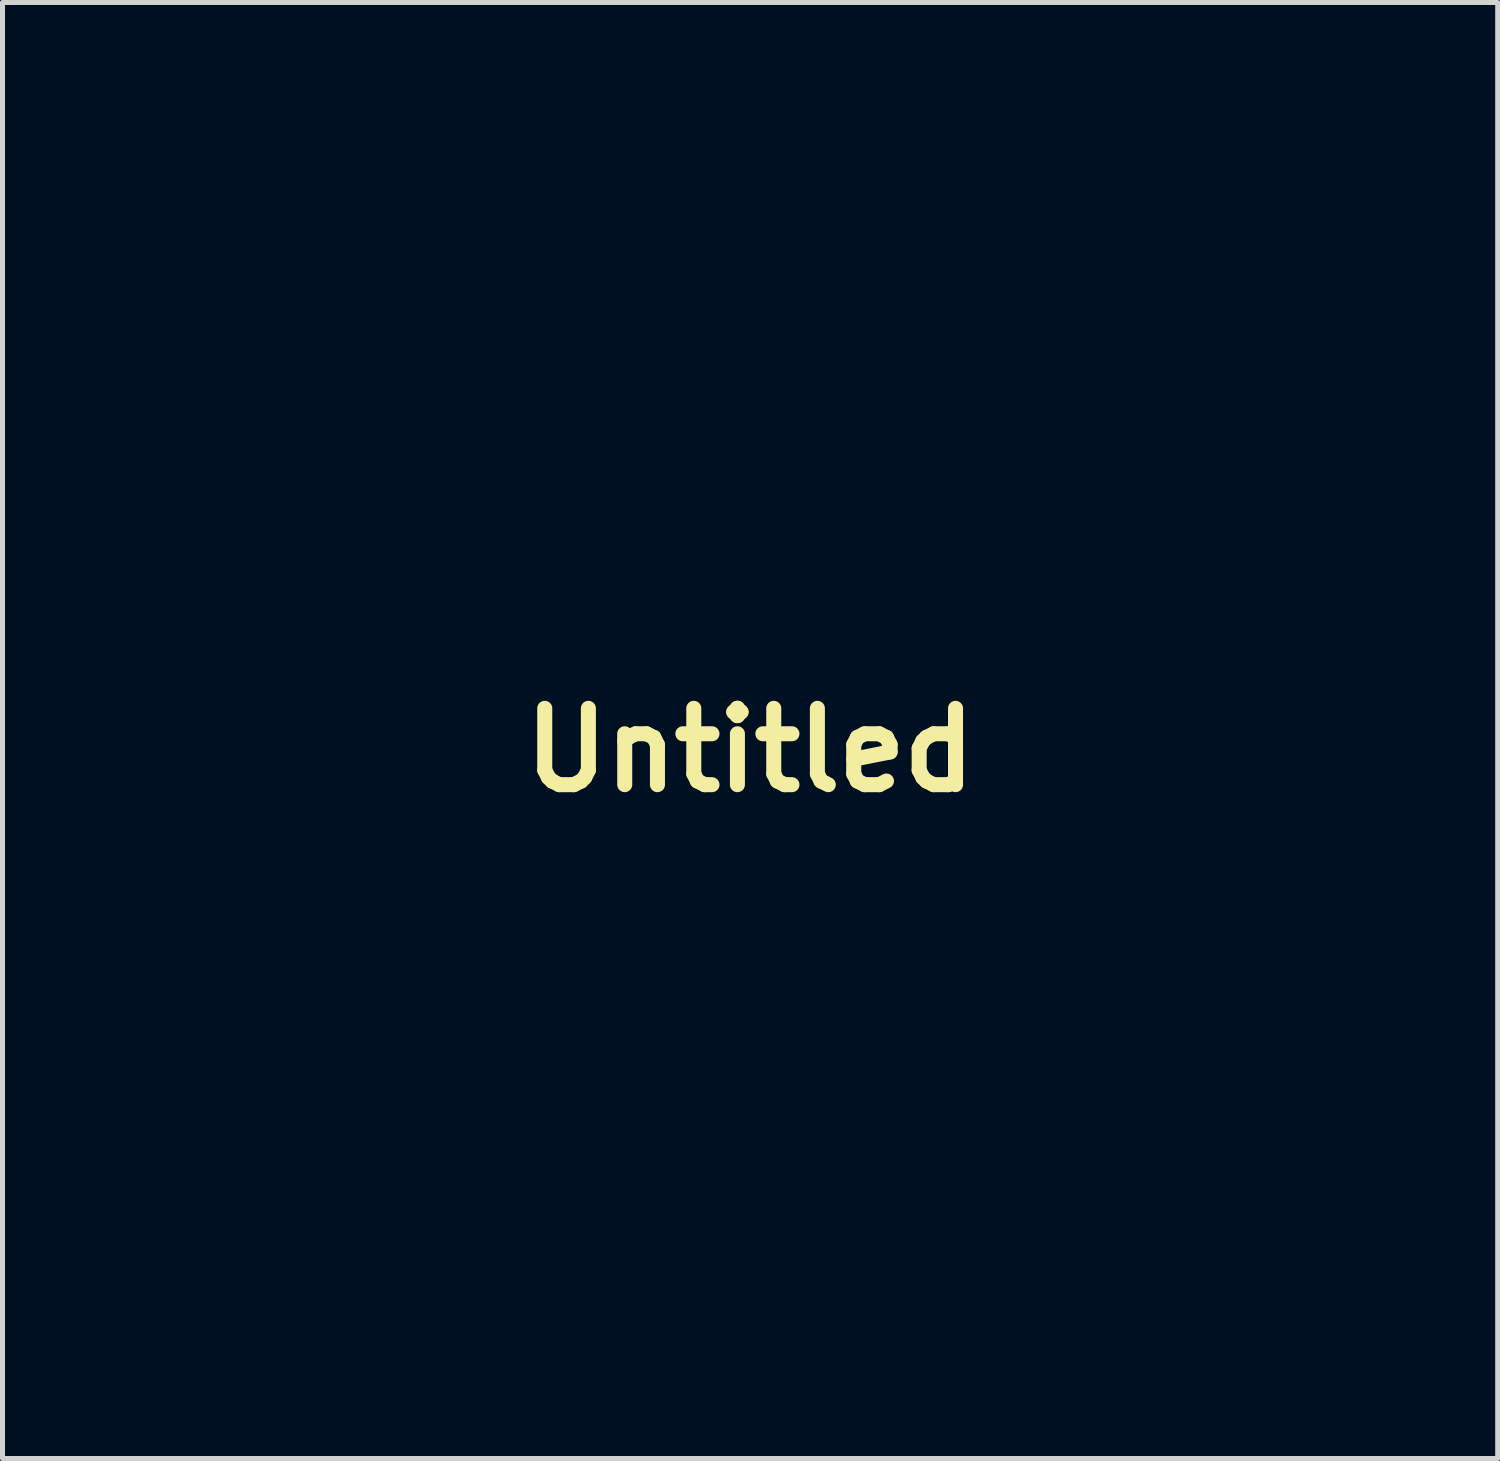
<source format=kicad_pcb>
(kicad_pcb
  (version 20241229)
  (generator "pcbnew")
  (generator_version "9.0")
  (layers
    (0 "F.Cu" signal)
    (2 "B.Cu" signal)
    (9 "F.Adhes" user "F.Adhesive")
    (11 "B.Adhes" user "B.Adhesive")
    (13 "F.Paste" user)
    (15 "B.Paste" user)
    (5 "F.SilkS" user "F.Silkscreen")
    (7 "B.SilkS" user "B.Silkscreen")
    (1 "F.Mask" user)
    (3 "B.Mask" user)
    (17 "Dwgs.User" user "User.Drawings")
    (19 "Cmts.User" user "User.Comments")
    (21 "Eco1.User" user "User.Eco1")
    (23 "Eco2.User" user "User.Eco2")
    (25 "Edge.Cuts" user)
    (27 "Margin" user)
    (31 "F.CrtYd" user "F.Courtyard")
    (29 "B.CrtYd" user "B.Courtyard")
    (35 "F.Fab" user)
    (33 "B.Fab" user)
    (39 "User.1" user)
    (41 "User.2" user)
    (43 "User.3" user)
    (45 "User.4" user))
  (footprint "Untitled"
    (layer "F.Cu")
    (at 11.926 11.926)
    (property "Reference" "Untitled" (at 0 0 0) (layer "F.SilkS") (effects (font (size 1.524 1.524) (thickness 0.3))))
    (attr through_hole)
    (fp_poly (pts (xy -4.767 6.897) (xy -4.787 6.917) (xy -4.806 6.897) (xy -4.787 6.878) (xy -4.767 6.897)) (stroke (width 0.01) (type solid)) (fill yes) (layer "F.Mask"))
    (fp_poly (pts (xy -4.298 11.078) (xy -4.318 11.098) (xy -4.338 11.078) (xy -4.318 11.059) (xy -4.298 11.078)) (stroke (width 0.01) (type solid)) (fill yes) (layer "F.Mask"))
    (fp_poly (pts (xy -4.22 6.584) (xy -4.24 6.604) (xy -4.259 6.584) (xy -4.24 6.565) (xy -4.22 6.584)) (stroke (width 0.01) (type solid)) (fill yes) (layer "F.Mask"))
    (fp_poly (pts (xy -4.103 10.961) (xy -4.123 10.981) (xy -4.142 10.961) (xy -4.123 10.942) (xy -4.103 10.961)) (stroke (width 0.01) (type solid)) (fill yes) (layer "F.Mask"))
    (fp_poly (pts (xy -4.064 -7.874) (xy -4.084 -7.854) (xy -4.103 -7.874) (xy -4.084 -7.894) (xy -4.064 -7.874)) (stroke (width 0.01) (type solid)) (fill yes) (layer "F.Mask"))
    (fp_poly (pts (xy -4.025 6.467) (xy -4.044 6.487) (xy -4.064 6.467) (xy -4.044 6.448) (xy -4.025 6.467)) (stroke (width 0.01) (type solid)) (fill yes) (layer "F.Mask"))
    (fp_poly (pts (xy -3.947 6.428) (xy -3.966 6.448) (xy -3.986 6.428) (xy -3.966 6.409) (xy -3.947 6.428)) (stroke (width 0.01) (type solid)) (fill yes) (layer "F.Mask"))
    (fp_poly (pts (xy -3.869 10.883) (xy -3.888 10.902) (xy -3.908 10.883) (xy -3.888 10.863) (xy -3.869 10.883)) (stroke (width 0.01) (type solid)) (fill yes) (layer "F.Mask"))
    (fp_poly (pts (xy -3.79 10.844) (xy -3.81 10.863) (xy -3.83 10.844) (xy -3.81 10.824) (xy -3.79 10.844)) (stroke (width 0.01) (type solid)) (fill yes) (layer "F.Mask"))
    (fp_poly (pts (xy -3.712 10.805) (xy -3.732 10.824) (xy -3.751 10.805) (xy -3.732 10.785) (xy -3.712 10.805)) (stroke (width 0.01) (type solid)) (fill yes) (layer "F.Mask"))
    (fp_poly (pts (xy -3.673 -7.444) (xy -3.693 -7.425) (xy -3.712 -7.444) (xy -3.693 -7.464) (xy -3.673 -7.444)) (stroke (width 0.01) (type solid)) (fill yes) (layer "F.Mask"))
    (fp_poly (pts (xy -3.634 -8.499) (xy -3.654 -8.48) (xy -3.673 -8.499) (xy -3.654 -8.519) (xy -3.634 -8.499)) (stroke (width 0.01) (type solid)) (fill yes) (layer "F.Mask"))
    (fp_poly (pts (xy -3.634 -6.78) (xy -3.654 -6.76) (xy -3.673 -6.78) (xy -3.654 -6.799) (xy -3.634 -6.78)) (stroke (width 0.01) (type solid)) (fill yes) (layer "F.Mask"))
    (fp_poly (pts (xy -3.634 10.766) (xy -3.654 10.785) (xy -3.673 10.766) (xy -3.654 10.746) (xy -3.634 10.766)) (stroke (width 0.01) (type solid)) (fill yes) (layer "F.Mask"))
    (fp_poly (pts (xy -3.595 -7.014) (xy -3.615 -6.995) (xy -3.634 -7.014) (xy -3.615 -7.034) (xy -3.595 -7.014)) (stroke (width 0.01) (type solid)) (fill yes) (layer "F.Mask"))
    (fp_poly (pts (xy -3.556 -6.78) (xy -3.576 -6.76) (xy -3.595 -6.78) (xy -3.576 -6.799) (xy -3.556 -6.78)) (stroke (width 0.01) (type solid)) (fill yes) (layer "F.Mask"))
    (fp_poly (pts (xy -3.517 -7.053) (xy -3.536 -7.034) (xy -3.556 -7.053) (xy -3.536 -7.073) (xy -3.517 -7.053)) (stroke (width 0.01) (type solid)) (fill yes) (layer "F.Mask"))
    (fp_poly (pts (xy -3.478 -7.522) (xy -3.497 -7.503) (xy -3.517 -7.522) (xy -3.497 -7.542) (xy -3.478 -7.522)) (stroke (width 0.01) (type solid)) (fill yes) (layer "F.Mask"))
    (fp_poly (pts (xy -3.439 -8.577) (xy -3.458 -8.558) (xy -3.478 -8.577) (xy -3.458 -8.597) (xy -3.439 -8.577)) (stroke (width 0.01) (type solid)) (fill yes) (layer "F.Mask"))
    (fp_poly (pts (xy -3.439 -6.858) (xy -3.458 -6.838) (xy -3.478 -6.858) (xy -3.458 -6.878) (xy -3.439 -6.858)) (stroke (width 0.01) (type solid)) (fill yes) (layer "F.Mask"))
    (fp_poly (pts (xy -3.4 -7.561) (xy -3.419 -7.542) (xy -3.439 -7.561) (xy -3.419 -7.581) (xy -3.4 -7.561)) (stroke (width 0.01) (type solid)) (fill yes) (layer "F.Mask"))
    (fp_poly (pts (xy -3.361 -8.616) (xy -3.38 -8.597) (xy -3.4 -8.616) (xy -3.38 -8.636) (xy -3.361 -8.616)) (stroke (width 0.01) (type solid)) (fill yes) (layer "F.Mask"))
    (fp_poly (pts (xy -3.361 -6.897) (xy -3.38 -6.878) (xy -3.4 -6.897) (xy -3.38 -6.917) (xy -3.361 -6.897)) (stroke (width 0.01) (type solid)) (fill yes) (layer "F.Mask"))
    (fp_poly (pts (xy -3.322 -7.6) (xy -3.341 -7.581) (xy -3.361 -7.6) (xy -3.341 -7.62) (xy -3.322 -7.6)) (stroke (width 0.01) (type solid)) (fill yes) (layer "F.Mask"))
    (fp_poly (pts (xy -3.322 -7.132) (xy -3.341 -7.112) (xy -3.361 -7.132) (xy -3.341 -7.151) (xy -3.322 -7.132)) (stroke (width 0.01) (type solid)) (fill yes) (layer "F.Mask"))
    (fp_poly (pts (xy -3.243 -8.656) (xy -3.263 -8.636) (xy -3.282 -8.656) (xy -3.263 -8.675) (xy -3.243 -8.656)) (stroke (width 0.01) (type solid)) (fill yes) (layer "F.Mask"))
    (fp_poly (pts (xy -3.243 -7.64) (xy -3.263 -7.62) (xy -3.282 -7.64) (xy -3.263 -7.659) (xy -3.243 -7.64)) (stroke (width 0.01) (type solid)) (fill yes) (layer "F.Mask"))
    (fp_poly (pts (xy -3.243 -7.171) (xy -3.263 -7.151) (xy -3.282 -7.171) (xy -3.263 -7.19) (xy -3.243 -7.171)) (stroke (width 0.01) (type solid)) (fill yes) (layer "F.Mask"))
    (fp_poly (pts (xy -3.243 -0.762) (xy -3.263 -0.742) (xy -3.282 -0.762) (xy -3.263 -0.782) (xy -3.243 -0.762)) (stroke (width 0.01) (type solid)) (fill yes) (layer "F.Mask"))
    (fp_poly (pts (xy -3.165 -7.679) (xy -3.185 -7.659) (xy -3.204 -7.679) (xy -3.185 -7.698) (xy -3.165 -7.679)) (stroke (width 0.01) (type solid)) (fill yes) (layer "F.Mask"))
    (fp_poly (pts (xy -3.165 6.194) (xy -3.185 6.213) (xy -3.204 6.194) (xy -3.185 6.174) (xy -3.165 6.194)) (stroke (width 0.01) (type solid)) (fill yes) (layer "F.Mask"))
    (fp_poly (pts (xy -3.126 -7.21) (xy -3.146 -7.19) (xy -3.165 -7.21) (xy -3.146 -7.229) (xy -3.126 -7.21)) (stroke (width 0.01) (type solid)) (fill yes) (layer "F.Mask"))
    (fp_poly (pts (xy -3.087 -7.718) (xy -3.107 -7.698) (xy -3.126 -7.718) (xy -3.107 -7.737) (xy -3.087 -7.718)) (stroke (width 0.01) (type solid)) (fill yes) (layer "F.Mask"))
    (fp_poly (pts (xy -3.048 -8.734) (xy -3.068 -8.714) (xy -3.087 -8.734) (xy -3.068 -8.753) (xy -3.048 -8.734)) (stroke (width 0.01) (type solid)) (fill yes) (layer "F.Mask"))
    (fp_poly (pts (xy -3.048 -7.249) (xy -3.068 -7.229) (xy -3.087 -7.249) (xy -3.068 -7.268) (xy -3.048 -7.249)) (stroke (width 0.01) (type solid)) (fill yes) (layer "F.Mask"))
    (fp_poly (pts (xy -3.009 -7.757) (xy -3.028 -7.737) (xy -3.048 -7.757) (xy -3.028 -7.776) (xy -3.009 -7.757)) (stroke (width 0.01) (type solid)) (fill yes) (layer "F.Mask"))
    (fp_poly (pts (xy -2.97 -0.684) (xy -2.989 -0.664) (xy -3.009 -0.684) (xy -2.989 -0.703) (xy -2.97 -0.684)) (stroke (width 0.01) (type solid)) (fill yes) (layer "F.Mask"))
    (fp_poly (pts (xy -2.931 -8.773) (xy -2.95 -8.753) (xy -2.97 -8.773) (xy -2.95 -8.792) (xy -2.931 -8.773)) (stroke (width 0.01) (type solid)) (fill yes) (layer "F.Mask"))
    (fp_poly (pts (xy -2.931 -7.796) (xy -2.95 -7.776) (xy -2.97 -7.796) (xy -2.95 -7.815) (xy -2.931 -7.796)) (stroke (width 0.01) (type solid)) (fill yes) (layer "F.Mask"))
    (fp_poly (pts (xy -2.618 -8.851) (xy -2.638 -8.831) (xy -2.657 -8.851) (xy -2.638 -8.87) (xy -2.618 -8.851)) (stroke (width 0.01) (type solid)) (fill yes) (layer "F.Mask"))
    (fp_poly (pts (xy -2.618 -7.444) (xy -2.638 -7.425) (xy -2.657 -7.444) (xy -2.638 -7.464) (xy -2.618 -7.444)) (stroke (width 0.01) (type solid)) (fill yes) (layer "F.Mask"))
    (fp_poly (pts (xy -2.579 -7.874) (xy -2.599 -7.854) (xy -2.618 -7.874) (xy -2.599 -7.894) (xy -2.579 -7.874)) (stroke (width 0.01) (type solid)) (fill yes) (layer "F.Mask"))
    (fp_poly (pts (xy -2.501 -7.483) (xy -2.52 -7.464) (xy -2.54 -7.483) (xy -2.52 -7.503) (xy -2.501 -7.483)) (stroke (width 0.01) (type solid)) (fill yes) (layer "F.Mask"))
    (fp_poly (pts (xy -2.071 -1.114) (xy -2.091 -1.094) (xy -2.11 -1.114) (xy -2.091 -1.133) (xy -2.071 -1.114)) (stroke (width 0.01) (type solid)) (fill yes) (layer "F.Mask"))
    (fp_poly (pts (xy -1.876 -1.231) (xy -1.895 -1.211) (xy -1.915 -1.231) (xy -1.895 -1.25) (xy -1.876 -1.231)) (stroke (width 0.01) (type solid)) (fill yes) (layer "F.Mask"))
    (fp_poly (pts (xy -1.68 -1.348) (xy -1.7 -1.329) (xy -1.719 -1.348) (xy -1.7 -1.368) (xy -1.68 -1.348)) (stroke (width 0.01) (type solid)) (fill yes) (layer "F.Mask"))
    (fp_poly (pts (xy -1.602 -1.387) (xy -1.622 -1.368) (xy -1.641 -1.387) (xy -1.622 -1.407) (xy -1.602 -1.387)) (stroke (width 0.01) (type solid)) (fill yes) (layer "F.Mask"))
    (fp_poly (pts (xy -1.602 -0.879) (xy -1.622 -0.86) (xy -1.641 -0.879) (xy -1.622 -0.899) (xy -1.602 -0.879)) (stroke (width 0.01) (type solid)) (fill yes) (layer "F.Mask"))
    (fp_poly (pts (xy -1.602 6.116) (xy -1.622 6.135) (xy -1.641 6.116) (xy -1.622 6.096) (xy -1.602 6.116)) (stroke (width 0.01) (type solid)) (fill yes) (layer "F.Mask"))
    (fp_poly (pts (xy -1.524 -0.918) (xy -1.544 -0.899) (xy -1.563 -0.918) (xy -1.544 -0.938) (xy -1.524 -0.918)) (stroke (width 0.01) (type solid)) (fill yes) (layer "F.Mask"))
    (fp_poly (pts (xy -1.485 6.155) (xy -1.504 6.174) (xy -1.524 6.155) (xy -1.504 6.135) (xy -1.485 6.155)) (stroke (width 0.01) (type solid)) (fill yes) (layer "F.Mask"))
    (fp_poly (pts (xy -1.446 -0.957) (xy -1.465 -0.938) (xy -1.485 -0.957) (xy -1.465 -0.977) (xy -1.446 -0.957)) (stroke (width 0.01) (type solid)) (fill yes) (layer "F.Mask"))
    (fp_poly (pts (xy -1.407 -1.856) (xy -1.426 -1.837) (xy -1.446 -1.856) (xy -1.426 -1.876) (xy -1.407 -1.856)) (stroke (width 0.01) (type solid)) (fill yes) (layer "F.Mask"))
    (fp_poly (pts (xy -1.368 -0.996) (xy -1.387 -0.977) (xy -1.407 -0.996) (xy -1.387 -1.016) (xy -1.368 -0.996)) (stroke (width 0.01) (type solid)) (fill yes) (layer "F.Mask"))
    (fp_poly (pts (xy -1.329 6.116) (xy -1.348 6.135) (xy -1.368 6.116) (xy -1.348 6.096) (xy -1.329 6.116)) (stroke (width 0.01) (type solid)) (fill yes) (layer "F.Mask"))
    (fp_poly (pts (xy -1.29 6.037) (xy -1.309 6.057) (xy -1.329 6.037) (xy -1.309 6.018) (xy -1.29 6.037)) (stroke (width 0.01) (type solid)) (fill yes) (layer "F.Mask"))
    (fp_poly (pts (xy -1.25 5.959) (xy -1.27 5.979) (xy -1.29 5.959) (xy -1.27 5.94) (xy -1.25 5.959)) (stroke (width 0.01) (type solid)) (fill yes) (layer "F.Mask"))
    (fp_poly (pts (xy -1.172 -1.075) (xy -1.192 -1.055) (xy -1.211 -1.075) (xy -1.192 -1.094) (xy -1.172 -1.075)) (stroke (width 0.01) (type solid)) (fill yes) (layer "F.Mask"))
    (fp_poly (pts (xy -1.172 5.764) (xy -1.192 5.783) (xy -1.211 5.764) (xy -1.192 5.744) (xy -1.172 5.764)) (stroke (width 0.01) (type solid)) (fill yes) (layer "F.Mask"))
    (fp_poly (pts (xy -1.133 5.686) (xy -1.153 5.705) (xy -1.172 5.686) (xy -1.153 5.666) (xy -1.133 5.686)) (stroke (width 0.01) (type solid)) (fill yes) (layer "F.Mask"))
    (fp_poly (pts (xy -1.055 8.851) (xy -1.075 8.87) (xy -1.094 8.851) (xy -1.075 8.831) (xy -1.055 8.851)) (stroke (width 0.01) (type solid)) (fill yes) (layer "F.Mask"))
    (fp_poly (pts (xy -1.016 5.451) (xy -1.036 5.471) (xy -1.055 5.451) (xy -1.036 5.432) (xy -1.016 5.451)) (stroke (width 0.01) (type solid)) (fill yes) (layer "F.Mask"))
    (fp_poly (pts (xy -0.977 -7.718) (xy -0.996 -7.698) (xy -1.016 -7.718) (xy -0.996 -7.737) (xy -0.977 -7.718)) (stroke (width 0.01) (type solid)) (fill yes) (layer "F.Mask"))
    (fp_poly (pts (xy -0.977 5.373) (xy -0.996 5.393) (xy -1.016 5.373) (xy -0.996 5.354) (xy -0.977 5.373)) (stroke (width 0.01) (type solid)) (fill yes) (layer "F.Mask"))
    (fp_poly (pts (xy -0.977 8.812) (xy -0.996 8.831) (xy -1.016 8.812) (xy -0.996 8.792) (xy -0.977 8.812)) (stroke (width 0.01) (type solid)) (fill yes) (layer "F.Mask"))
    (fp_poly (pts (xy -0.899 8.773) (xy -0.918 8.792) (xy -0.938 8.773) (xy -0.918 8.753) (xy -0.899 8.773)) (stroke (width 0.01) (type solid)) (fill yes) (layer "F.Mask"))
    (fp_poly (pts (xy -0.86 5.1) (xy -0.879 5.119) (xy -0.899 5.1) (xy -0.879 5.08) (xy -0.86 5.1)) (stroke (width 0.01) (type solid)) (fill yes) (layer "F.Mask"))
    (fp_poly (pts (xy -0.821 5.021) (xy -0.84 5.041) (xy -0.86 5.021) (xy -0.84 5.002) (xy -0.821 5.021)) (stroke (width 0.01) (type solid)) (fill yes) (layer "F.Mask"))
    (fp_poly (pts (xy -0.821 8.734) (xy -0.84 8.753) (xy -0.86 8.734) (xy -0.84 8.714) (xy -0.821 8.734)) (stroke (width 0.01) (type solid)) (fill yes) (layer "F.Mask"))
    (fp_poly (pts (xy -0.782 4.943) (xy -0.801 4.963) (xy -0.821 4.943) (xy -0.801 4.924) (xy -0.782 4.943)) (stroke (width 0.01) (type solid)) (fill yes) (layer "F.Mask"))
    (fp_poly (pts (xy -0.742 8.695) (xy -0.762 8.714) (xy -0.782 8.695) (xy -0.762 8.675) (xy -0.742 8.695)) (stroke (width 0.01) (type solid)) (fill yes) (layer "F.Mask"))
    (fp_poly (pts (xy -0.664 4.67) (xy -0.684 4.689) (xy -0.703 4.67) (xy -0.684 4.65) (xy -0.664 4.67)) (stroke (width 0.01) (type solid)) (fill yes) (layer "F.Mask"))
    (fp_poly (pts (xy -0.664 8.656) (xy -0.684 8.675) (xy -0.703 8.656) (xy -0.684 8.636) (xy -0.664 8.656)) (stroke (width 0.01) (type solid)) (fill yes) (layer "F.Mask"))
    (fp_poly (pts (xy -0.625 4.592) (xy -0.645 4.611) (xy -0.664 4.592) (xy -0.645 4.572) (xy -0.625 4.592)) (stroke (width 0.01) (type solid)) (fill yes) (layer "F.Mask"))
    (fp_poly (pts (xy -0.586 8.616) (xy -0.606 8.636) (xy -0.625 8.616) (xy -0.606 8.597) (xy -0.586 8.616)) (stroke (width 0.01) (type solid)) (fill yes) (layer "F.Mask"))
    (fp_poly (pts (xy -0.508 4.005) (xy -0.528 4.025) (xy -0.547 4.005) (xy -0.528 3.986) (xy -0.508 4.005)) (stroke (width 0.01) (type solid)) (fill yes) (layer "F.Mask"))
    (fp_poly (pts (xy -0.508 8.577) (xy -0.528 8.597) (xy -0.547 8.577) (xy -0.528 8.558) (xy -0.508 8.577)) (stroke (width 0.01) (type solid)) (fill yes) (layer "F.Mask"))
    (fp_poly (pts (xy -0.469 3.927) (xy -0.488 3.947) (xy -0.508 3.927) (xy -0.488 3.908) (xy -0.469 3.927)) (stroke (width 0.01) (type solid)) (fill yes) (layer "F.Mask"))
    (fp_poly (pts (xy -0.469 6.545) (xy -0.488 6.565) (xy -0.508 6.545) (xy -0.488 6.526) (xy -0.469 6.545)) (stroke (width 0.01) (type solid)) (fill yes) (layer "F.Mask"))
    (fp_poly (pts (xy -0.43 -1.114) (xy -0.449 -1.094) (xy -0.469 -1.114) (xy -0.449 -1.133) (xy -0.43 -1.114)) (stroke (width 0.01) (type solid)) (fill yes) (layer "F.Mask"))
    (fp_poly (pts (xy -0.43 6.467) (xy -0.449 6.487) (xy -0.469 6.467) (xy -0.449 6.448) (xy -0.43 6.467)) (stroke (width 0.01) (type solid)) (fill yes) (layer "F.Mask"))
    (fp_poly (pts (xy -0.43 8.538) (xy -0.449 8.558) (xy -0.469 8.538) (xy -0.449 8.519) (xy -0.43 8.538)) (stroke (width 0.01) (type solid)) (fill yes) (layer "F.Mask"))
    (fp_poly (pts (xy -0.391 6.389) (xy -0.41 6.409) (xy -0.43 6.389) (xy -0.41 6.37) (xy -0.391 6.389)) (stroke (width 0.01) (type solid)) (fill yes) (layer "F.Mask"))
    (fp_poly (pts (xy -0.352 8.499) (xy -0.371 8.519) (xy -0.391 8.499) (xy -0.371 8.48) (xy -0.352 8.499)) (stroke (width 0.01) (type solid)) (fill yes) (layer "F.Mask"))
    (fp_poly (pts (xy -0.313 -1.075) (xy -0.332 -1.055) (xy -0.352 -1.075) (xy -0.332 -1.094) (xy -0.313 -1.075)) (stroke (width 0.01) (type solid)) (fill yes) (layer "F.Mask"))
    (fp_poly (pts (xy -0.313 6.194) (xy -0.332 6.213) (xy -0.352 6.194) (xy -0.332 6.174) (xy -0.313 6.194)) (stroke (width 0.01) (type solid)) (fill yes) (layer "F.Mask"))
    (fp_poly (pts (xy -0.274 -1.778) (xy -0.293 -1.758) (xy -0.313 -1.778) (xy -0.293 -1.798) (xy -0.274 -1.778)) (stroke (width 0.01) (type solid)) (fill yes) (layer "F.Mask"))
    (fp_poly (pts (xy -0.274 3.419) (xy -0.293 3.439) (xy -0.313 3.419) (xy -0.293 3.4) (xy -0.274 3.419)) (stroke (width 0.01) (type solid)) (fill yes) (layer "F.Mask"))
    (fp_poly (pts (xy -0.274 6.116) (xy -0.293 6.135) (xy -0.313 6.116) (xy -0.293 6.096) (xy -0.274 6.116)) (stroke (width 0.01) (type solid)) (fill yes) (layer "F.Mask"))
    (fp_poly (pts (xy -0.195 -1.036) (xy -0.215 -1.016) (xy -0.234 -1.036) (xy -0.215 -1.055) (xy -0.195 -1.036)) (stroke (width 0.01) (type solid)) (fill yes) (layer "F.Mask"))
    (fp_poly (pts (xy -0.195 5.92) (xy -0.215 5.94) (xy -0.234 5.92) (xy -0.215 5.901) (xy -0.195 5.92)) (stroke (width 0.01) (type solid)) (fill yes) (layer "F.Mask"))
    (fp_poly (pts (xy -0.156 5.842) (xy -0.176 5.862) (xy -0.195 5.842) (xy -0.176 5.822) (xy -0.156 5.842)) (stroke (width 0.01) (type solid)) (fill yes) (layer "F.Mask"))
    (fp_poly (pts (xy -0.039 5.568) (xy -0.059 5.588) (xy -0.078 5.568) (xy -0.059 5.549) (xy -0.039 5.568)) (stroke (width 0.01) (type solid)) (fill yes) (layer "F.Mask"))
    (fp_poly (pts (xy 0 5.49) (xy -0.02 5.51) (xy -0.039 5.49) (xy -0.02 5.471) (xy 0 5.49)) (stroke (width 0.01) (type solid)) (fill yes) (layer "F.Mask"))
    (fp_poly (pts (xy 0.039 -1.895) (xy 0.02 -1.876) (xy 0 -1.895) (xy 0.02 -1.915) (xy 0.039 -1.895)) (stroke (width 0.01) (type solid)) (fill yes) (layer "F.Mask"))
    (fp_poly (pts (xy 0.039 -0.957) (xy 0.02 -0.938) (xy 0 -0.957) (xy 0.02 -0.977) (xy 0.039 -0.957)) (stroke (width 0.01) (type solid)) (fill yes) (layer "F.Mask"))
    (fp_poly (pts (xy 0.039 5.568) (xy 0.02 5.588) (xy 0 5.568) (xy 0.02 5.549) (xy 0.039 5.568)) (stroke (width 0.01) (type solid)) (fill yes) (layer "F.Mask"))
    (fp_poly (pts (xy 0.117 -0.918) (xy 0.098 -0.899) (xy 0.078 -0.918) (xy 0.098 -0.938) (xy 0.117 -0.918)) (stroke (width 0.01) (type solid)) (fill yes) (layer "F.Mask"))
    (fp_poly (pts (xy 0.156 -8.265) (xy 0.137 -8.245) (xy 0.117 -8.265) (xy 0.137 -8.284) (xy 0.156 -8.265)) (stroke (width 0.01) (type solid)) (fill yes) (layer "F.Mask"))
    (fp_poly (pts (xy 0.156 -1.426) (xy 0.137 -1.407) (xy 0.117 -1.426) (xy 0.137 -1.446) (xy 0.156 -1.426)) (stroke (width 0.01) (type solid)) (fill yes) (layer "F.Mask"))
    (fp_poly (pts (xy 0.156 7.327) (xy 0.137 7.346) (xy 0.117 7.327) (xy 0.137 7.307) (xy 0.156 7.327)) (stroke (width 0.01) (type solid)) (fill yes) (layer "F.Mask"))
    (fp_poly (pts (xy 0.313 -8.421) (xy 0.293 -8.402) (xy 0.274 -8.421) (xy 0.293 -8.441) (xy 0.313 -8.421)) (stroke (width 0.01) (type solid)) (fill yes) (layer "F.Mask"))
    (fp_poly (pts (xy 0.313 -0.801) (xy 0.293 -0.782) (xy 0.274 -0.801) (xy 0.293 -0.821) (xy 0.313 -0.801)) (stroke (width 0.01) (type solid)) (fill yes) (layer "F.Mask"))
    (fp_poly (pts (xy 0.352 -1.348) (xy 0.332 -1.329) (xy 0.313 -1.348) (xy 0.332 -1.368) (xy 0.352 -1.348)) (stroke (width 0.01) (type solid)) (fill yes) (layer "F.Mask"))
    (fp_poly (pts (xy 0.391 -8.46) (xy 0.371 -8.441) (xy 0.352 -8.46) (xy 0.371 -8.48) (xy 0.391 -8.46)) (stroke (width 0.01) (type solid)) (fill yes) (layer "F.Mask"))
    (fp_poly (pts (xy 0.43 -1.309) (xy 0.41 -1.29) (xy 0.391 -1.309) (xy 0.41 -1.329) (xy 0.43 -1.309)) (stroke (width 0.01) (type solid)) (fill yes) (layer "F.Mask"))
    (fp_poly (pts (xy 0.469 -8.499) (xy 0.449 -8.48) (xy 0.43 -8.499) (xy 0.449 -8.519) (xy 0.469 -8.499)) (stroke (width 0.01) (type solid)) (fill yes) (layer "F.Mask"))
    (fp_poly (pts (xy 0.508 -1.27) (xy 0.488 -1.25) (xy 0.469 -1.27) (xy 0.488 -1.29) (xy 0.508 -1.27)) (stroke (width 0.01) (type solid)) (fill yes) (layer "F.Mask"))
    (fp_poly (pts (xy 0.508 2.325) (xy 0.488 2.345) (xy 0.469 2.325) (xy 0.488 2.306) (xy 0.508 2.325)) (stroke (width 0.01) (type solid)) (fill yes) (layer "F.Mask"))
    (fp_poly (pts (xy 0.547 -8.538) (xy 0.528 -8.519) (xy 0.508 -8.538) (xy 0.528 -8.558) (xy 0.547 -8.538)) (stroke (width 0.01) (type solid)) (fill yes) (layer "F.Mask"))
    (fp_poly (pts (xy 0.586 -1.231) (xy 0.567 -1.211) (xy 0.547 -1.231) (xy 0.567 -1.25) (xy 0.586 -1.231)) (stroke (width 0.01) (type solid)) (fill yes) (layer "F.Mask"))
    (fp_poly (pts (xy 0.703 6.663) (xy 0.684 6.682) (xy 0.664 6.663) (xy 0.684 6.643) (xy 0.703 6.663)) (stroke (width 0.01) (type solid)) (fill yes) (layer "F.Mask"))
    (fp_poly (pts (xy 0.742 -8.616) (xy 0.723 -8.597) (xy 0.703 -8.616) (xy 0.723 -8.636) (xy 0.742 -8.616)) (stroke (width 0.01) (type solid)) (fill yes) (layer "F.Mask"))
    (fp_poly (pts (xy 0.742 -2.481) (xy 0.723 -2.462) (xy 0.703 -2.481) (xy 0.723 -2.501) (xy 0.742 -2.481)) (stroke (width 0.01) (type solid)) (fill yes) (layer "F.Mask"))
    (fp_poly (pts (xy 0.782 6.702) (xy 0.762 6.721) (xy 0.742 6.702) (xy 0.762 6.682) (xy 0.782 6.702)) (stroke (width 0.01) (type solid)) (fill yes) (layer "F.Mask"))
    (fp_poly (pts (xy 0.821 -8.656) (xy 0.801 -8.636) (xy 0.782 -8.656) (xy 0.801 -8.675) (xy 0.821 -8.656)) (stroke (width 0.01) (type solid)) (fill yes) (layer "F.Mask"))
    (fp_poly (pts (xy 0.86 -8.343) (xy 0.84 -8.323) (xy 0.821 -8.343) (xy 0.84 -8.362) (xy 0.86 -8.343)) (stroke (width 0.01) (type solid)) (fill yes) (layer "F.Mask"))
    (fp_poly (pts (xy 0.938 -8.382) (xy 0.918 -8.362) (xy 0.899 -8.382) (xy 0.918 -8.402) (xy 0.938 -8.382)) (stroke (width 0.01) (type solid)) (fill yes) (layer "F.Mask"))
    (fp_poly (pts (xy 0.938 1.583) (xy 0.918 1.602) (xy 0.899 1.583) (xy 0.918 1.563) (xy 0.938 1.583)) (stroke (width 0.01) (type solid)) (fill yes) (layer "F.Mask"))
    (fp_poly (pts (xy 0.977 -7.132) (xy 0.957 -7.112) (xy 0.938 -7.132) (xy 0.957 -7.151) (xy 0.977 -7.132)) (stroke (width 0.01) (type solid)) (fill yes) (layer "F.Mask"))
    (fp_poly (pts (xy 0.977 1.504) (xy 0.957 1.524) (xy 0.938 1.504) (xy 0.957 1.485) (xy 0.977 1.504)) (stroke (width 0.01) (type solid)) (fill yes) (layer "F.Mask"))
    (fp_poly (pts (xy 1.016 -7.679) (xy 0.996 -7.659) (xy 0.977 -7.679) (xy 0.996 -7.698) (xy 1.016 -7.679)) (stroke (width 0.01) (type solid)) (fill yes) (layer "F.Mask"))
    (fp_poly (pts (xy 1.016 1.426) (xy 0.996 1.446) (xy 0.977 1.426) (xy 0.996 1.407) (xy 1.016 1.426)) (stroke (width 0.01) (type solid)) (fill yes) (layer "F.Mask"))
    (fp_poly (pts (xy 1.055 1.27) (xy 1.036 1.29) (xy 1.016 1.27) (xy 1.036 1.25) (xy 1.055 1.27)) (stroke (width 0.01) (type solid)) (fill yes) (layer "F.Mask"))
    (fp_poly (pts (xy 1.094 -8.968) (xy 1.075 -8.949) (xy 1.055 -8.968) (xy 1.075 -8.988) (xy 1.094 -8.968)) (stroke (width 0.01) (type solid)) (fill yes) (layer "F.Mask"))
    (fp_poly (pts (xy 1.094 1.192) (xy 1.075 1.211) (xy 1.055 1.192) (xy 1.075 1.172) (xy 1.094 1.192)) (stroke (width 0.01) (type solid)) (fill yes) (layer "F.Mask"))
    (fp_poly (pts (xy 1.211 -8.929) (xy 1.192 -8.91) (xy 1.172 -8.929) (xy 1.192 -8.949) (xy 1.211 -8.929)) (stroke (width 0.01) (type solid)) (fill yes) (layer "F.Mask"))
    (fp_poly (pts (xy 1.211 0.957) (xy 1.192 0.977) (xy 1.172 0.957) (xy 1.192 0.938) (xy 1.211 0.957)) (stroke (width 0.01) (type solid)) (fill yes) (layer "F.Mask"))
    (fp_poly (pts (xy 1.329 -8.89) (xy 1.309 -8.87) (xy 1.29 -8.89) (xy 1.309 -8.91) (xy 1.329 -8.89)) (stroke (width 0.01) (type solid)) (fill yes) (layer "F.Mask"))
    (fp_poly (pts (xy 1.407 0.567) (xy 1.387 0.586) (xy 1.368 0.567) (xy 1.387 0.547) (xy 1.407 0.567)) (stroke (width 0.01) (type solid)) (fill yes) (layer "F.Mask"))
    (fp_poly (pts (xy 1.446 -8.851) (xy 1.426 -8.831) (xy 1.407 -8.851) (xy 1.426 -8.87) (xy 1.446 -8.851)) (stroke (width 0.01) (type solid)) (fill yes) (layer "F.Mask"))
    (fp_poly (pts (xy 1.446 -7.679) (xy 1.426 -7.659) (xy 1.407 -7.679) (xy 1.426 -7.698) (xy 1.446 -7.679)) (stroke (width 0.01) (type solid)) (fill yes) (layer "F.Mask"))
    (fp_poly (pts (xy 1.446 0.488) (xy 1.426 0.508) (xy 1.407 0.488) (xy 1.426 0.469) (xy 1.446 0.488)) (stroke (width 0.01) (type solid)) (fill yes) (layer "F.Mask"))
    (fp_poly (pts (xy 1.446 2.442) (xy 1.426 2.462) (xy 1.407 2.442) (xy 1.426 2.423) (xy 1.446 2.442)) (stroke (width 0.01) (type solid)) (fill yes) (layer "F.Mask"))
    (fp_poly (pts (xy 1.485 0.41) (xy 1.465 0.43) (xy 1.446 0.41) (xy 1.465 0.391) (xy 1.485 0.41)) (stroke (width 0.01) (type solid)) (fill yes) (layer "F.Mask"))
    (fp_poly (pts (xy 1.485 2.364) (xy 1.465 2.384) (xy 1.446 2.364) (xy 1.465 2.345) (xy 1.485 2.364)) (stroke (width 0.01) (type solid)) (fill yes) (layer "F.Mask"))
    (fp_poly (pts (xy 1.524 0.332) (xy 1.504 0.352) (xy 1.485 0.332) (xy 1.504 0.313) (xy 1.524 0.332)) (stroke (width 0.01) (type solid)) (fill yes) (layer "F.Mask"))
    (fp_poly (pts (xy 1.524 2.286) (xy 1.504 2.306) (xy 1.485 2.286) (xy 1.504 2.266) (xy 1.524 2.286)) (stroke (width 0.01) (type solid)) (fill yes) (layer "F.Mask"))
    (fp_poly (pts (xy 1.641 -8.773) (xy 1.622 -8.753) (xy 1.602 -8.773) (xy 1.622 -8.792) (xy 1.641 -8.773)) (stroke (width 0.01) (type solid)) (fill yes) (layer "F.Mask"))
    (fp_poly (pts (xy 1.68 0.098) (xy 1.661 0.117) (xy 1.641 0.098) (xy 1.661 0.078) (xy 1.68 0.098)) (stroke (width 0.01) (type solid)) (fill yes) (layer "F.Mask"))
    (fp_poly (pts (xy 1.68 2.364) (xy 1.661 2.384) (xy 1.641 2.364) (xy 1.661 2.345) (xy 1.68 2.364)) (stroke (width 0.01) (type solid)) (fill yes) (layer "F.Mask"))
    (fp_poly (pts (xy 1.719 -8.734) (xy 1.7 -8.714) (xy 1.68 -8.734) (xy 1.7 -8.753) (xy 1.719 -8.734)) (stroke (width 0.01) (type solid)) (fill yes) (layer "F.Mask"))
    (fp_poly (pts (xy 1.719 0.02) (xy 1.7 0.039) (xy 1.68 0.02) (xy 1.7 0) (xy 1.719 0.02)) (stroke (width 0.01) (type solid)) (fill yes) (layer "F.Mask"))
    (fp_poly (pts (xy 1.837 -8.695) (xy 1.817 -8.675) (xy 1.798 -8.695) (xy 1.817 -8.714) (xy 1.837 -8.695)) (stroke (width 0.01) (type solid)) (fill yes) (layer "F.Mask"))
    (fp_poly (pts (xy 1.915 -8.656) (xy 1.895 -8.636) (xy 1.876 -8.656) (xy 1.895 -8.675) (xy 1.915 -8.656)) (stroke (width 0.01) (type solid)) (fill yes) (layer "F.Mask"))
    (fp_poly (pts (xy 1.993 -0.449) (xy 1.973 -0.43) (xy 1.954 -0.449) (xy 1.973 -0.469) (xy 1.993 -0.449)) (stroke (width 0.01) (type solid)) (fill yes) (layer "F.Mask"))
    (fp_poly (pts (xy 2.306 8.656) (xy 2.286 8.675) (xy 2.266 8.656) (xy 2.286 8.636) (xy 2.306 8.656)) (stroke (width 0.01) (type solid)) (fill yes) (layer "F.Mask"))
    (fp_poly (pts (xy 2.423 -1.387) (xy 2.403 -1.368) (xy 2.384 -1.387) (xy 2.403 -1.407) (xy 2.423 -1.387)) (stroke (width 0.01) (type solid)) (fill yes) (layer "F.Mask"))
    (fp_poly (pts (xy 2.462 -8.069) (xy 2.442 -8.05) (xy 2.423 -8.069) (xy 2.442 -8.089) (xy 2.462 -8.069)) (stroke (width 0.01) (type solid)) (fill yes) (layer "F.Mask"))
    (fp_poly (pts (xy 2.462 -1.465) (xy 2.442 -1.446) (xy 2.423 -1.465) (xy 2.442 -1.485) (xy 2.462 -1.465)) (stroke (width 0.01) (type solid)) (fill yes) (layer "F.Mask"))
    (fp_poly (pts (xy 2.501 -7.991) (xy 2.481 -7.972) (xy 2.462 -7.991) (xy 2.481 -8.011) (xy 2.501 -7.991)) (stroke (width 0.01) (type solid)) (fill yes) (layer "F.Mask"))
    (fp_poly (pts (xy 2.501 -1.544) (xy 2.481 -1.524) (xy 2.462 -1.544) (xy 2.481 -1.563) (xy 2.501 -1.544)) (stroke (width 0.01) (type solid)) (fill yes) (layer "F.Mask"))
    (fp_poly (pts (xy 2.54 -7.913) (xy 2.52 -7.894) (xy 2.501 -7.913) (xy 2.52 -7.933) (xy 2.54 -7.913)) (stroke (width 0.01) (type solid)) (fill yes) (layer "F.Mask"))
    (fp_poly (pts (xy 2.54 -1.661) (xy 2.52 -1.641) (xy 2.501 -1.661) (xy 2.52 -1.68) (xy 2.54 -1.661)) (stroke (width 0.01) (type solid)) (fill yes) (layer "F.Mask"))
    (fp_poly (pts (xy 2.54 9.085) (xy 2.52 9.105) (xy 2.501 9.085) (xy 2.52 9.066) (xy 2.54 9.085)) (stroke (width 0.01) (type solid)) (fill yes) (layer "F.Mask"))
    (fp_poly (pts (xy 2.579 -7.835) (xy 2.56 -7.815) (xy 2.54 -7.835) (xy 2.56 -7.854) (xy 2.579 -7.835)) (stroke (width 0.01) (type solid)) (fill yes) (layer "F.Mask"))
    (fp_poly (pts (xy 2.774 -2.012) (xy 2.755 -1.993) (xy 2.735 -2.012) (xy 2.755 -2.032) (xy 2.774 -2.012)) (stroke (width 0.01) (type solid)) (fill yes) (layer "F.Mask"))
    (fp_poly (pts (xy 3.048 9.515) (xy 3.028 9.535) (xy 3.009 9.515) (xy 3.028 9.496) (xy 3.048 9.515)) (stroke (width 0.01) (type solid)) (fill yes) (layer "F.Mask"))
    (fp_poly (pts (xy 3.126 9.554) (xy 3.107 9.574) (xy 3.087 9.554) (xy 3.107 9.535) (xy 3.126 9.554)) (stroke (width 0.01) (type solid)) (fill yes) (layer "F.Mask"))
    (fp_poly (pts (xy 3.165 4.005) (xy 3.146 4.025) (xy 3.126 4.005) (xy 3.146 3.986) (xy 3.165 4.005)) (stroke (width 0.01) (type solid)) (fill yes) (layer "F.Mask"))
    (fp_poly (pts (xy 3.204 9.593) (xy 3.185 9.613) (xy 3.165 9.593) (xy 3.185 9.574) (xy 3.204 9.593)) (stroke (width 0.01) (type solid)) (fill yes) (layer "F.Mask"))
    (fp_poly (pts (xy 3.282 9.632) (xy 3.263 9.652) (xy 3.243 9.632) (xy 3.263 9.613) (xy 3.282 9.632)) (stroke (width 0.01) (type solid)) (fill yes) (layer "F.Mask"))
    (fp_poly (pts (xy 3.361 9.672) (xy 3.341 9.691) (xy 3.322 9.672) (xy 3.341 9.652) (xy 3.361 9.672)) (stroke (width 0.01) (type solid)) (fill yes) (layer "F.Mask"))
    (fp_poly (pts (xy 3.439 9.711) (xy 3.419 9.73) (xy 3.4 9.711) (xy 3.419 9.691) (xy 3.439 9.711)) (stroke (width 0.01) (type solid)) (fill yes) (layer "F.Mask"))
    (fp_poly (pts (xy 3.673 4.513) (xy 3.654 4.533) (xy 3.634 4.513) (xy 3.654 4.494) (xy 3.673 4.513)) (stroke (width 0.01) (type solid)) (fill yes) (layer "F.Mask"))
    (fp_poly (pts (xy 3.986 9.945) (xy 3.966 9.965) (xy 3.947 9.945) (xy 3.966 9.926) (xy 3.986 9.945)) (stroke (width 0.01) (type solid)) (fill yes) (layer "F.Mask"))
    (fp_poly (pts (xy -3.999 10.915) (xy -4.004 10.939) (xy -4.025 10.942) (xy -4.057 10.927) (xy -4.051 10.915) (xy -4.005 10.911) (xy -3.999 10.915)) (stroke (width 0.01) (type solid)) (fill yes) (layer "F.Mask"))
    (fp_poly (pts (xy -3.801 -7.448) (xy -3.813 -7.43) (xy -3.852 -7.428) (xy -3.894 -7.437) (xy -3.876 -7.451) (xy -3.815 -7.456) (xy -3.801 -7.448)) (stroke (width 0.01) (type solid)) (fill yes) (layer "F.Mask"))
    (fp_poly (pts (xy -3.801 6.385) (xy -3.813 6.403) (xy -3.852 6.406) (xy -3.894 6.396) (xy -3.876 6.382) (xy -3.815 6.377) (xy -3.801 6.385)) (stroke (width 0.01) (type solid)) (fill yes) (layer "F.Mask"))
    (fp_poly (pts (xy -3.686 -6.965) (xy -3.681 -6.885) (xy -3.686 -6.868) (xy -3.701 -6.863) (xy -3.706 -6.917) (xy -3.7 -6.972) (xy -3.686 -6.965)) (stroke (width 0.01) (type solid)) (fill yes) (layer "F.Mask"))
    (fp_poly (pts (xy -3.686 6.343) (xy -3.692 6.367) (xy -3.712 6.37) (xy -3.744 6.355) (xy -3.738 6.343) (xy -3.692 6.339) (xy -3.686 6.343)) (stroke (width 0.01) (type solid)) (fill yes) (layer "F.Mask"))
    (fp_poly (pts (xy -3.647 -8.409) (xy -3.642 -8.348) (xy -3.65 -8.334) (xy -3.667 -8.346) (xy -3.67 -8.385) (xy -3.661 -8.427) (xy -3.647 -8.409)) (stroke (width 0.01) (type solid)) (fill yes) (layer "F.Mask"))
    (fp_poly (pts (xy -3.569 -7.49) (xy -3.574 -7.467) (xy -3.595 -7.464) (xy -3.627 -7.478) (xy -3.621 -7.49) (xy -3.575 -7.494) (xy -3.569 -7.49)) (stroke (width 0.01) (type solid)) (fill yes) (layer "F.Mask"))
    (fp_poly (pts (xy -3.569 6.304) (xy -3.574 6.328) (xy -3.595 6.33) (xy -3.627 6.316) (xy -3.621 6.304) (xy -3.575 6.3) (xy -3.569 6.304)) (stroke (width 0.01) (type solid)) (fill yes) (layer "F.Mask"))
    (fp_poly (pts (xy -3.53 -8.545) (xy -3.535 -8.522) (xy -3.556 -8.519) (xy -3.588 -8.533) (xy -3.582 -8.545) (xy -3.536 -8.549) (xy -3.53 -8.545)) (stroke (width 0.01) (type solid)) (fill yes) (layer "F.Mask"))
    (fp_poly (pts (xy -3.452 6.265) (xy -3.457 6.289) (xy -3.478 6.291) (xy -3.51 6.277) (xy -3.504 6.265) (xy -3.458 6.261) (xy -3.452 6.265)) (stroke (width 0.01) (type solid)) (fill yes) (layer "F.Mask"))
    (fp_poly (pts (xy -3.413 -7.099) (xy -3.418 -7.076) (xy -3.439 -7.073) (xy -3.471 -7.087) (xy -3.465 -7.099) (xy -3.418 -7.104) (xy -3.413 -7.099)) (stroke (width 0.01) (type solid)) (fill yes) (layer "F.Mask"))
    (fp_poly (pts (xy -3.256 6.226) (xy -3.262 6.249) (xy -3.282 6.252) (xy -3.315 6.238) (xy -3.309 6.226) (xy -3.262 6.222) (xy -3.256 6.226)) (stroke (width 0.01) (type solid)) (fill yes) (layer "F.Mask"))
    (fp_poly (pts (xy -3.217 -6.982) (xy -3.223 -6.959) (xy -3.243 -6.956) (xy -3.276 -6.97) (xy -3.269 -6.982) (xy -3.223 -6.986) (xy -3.217 -6.982)) (stroke (width 0.01) (type solid)) (fill yes) (layer "F.Mask"))
    (fp_poly (pts (xy -3.139 -8.701) (xy -3.145 -8.678) (xy -3.165 -8.675) (xy -3.197 -8.689) (xy -3.191 -8.701) (xy -3.145 -8.706) (xy -3.139 -8.701)) (stroke (width 0.01) (type solid)) (fill yes) (layer "F.Mask"))
    (fp_poly (pts (xy -3.098 -0.727) (xy -3.109 -0.709) (xy -3.149 -0.706) (xy -3.191 -0.716) (xy -3.173 -0.73) (xy -3.111 -0.735) (xy -3.098 -0.727)) (stroke (width 0.01) (type solid)) (fill yes) (layer "F.Mask"))
    (fp_poly (pts (xy -3.061 -7.021) (xy -3.066 -6.998) (xy -3.087 -6.995) (xy -3.119 -7.009) (xy -3.113 -7.021) (xy -3.067 -7.025) (xy -3.061 -7.021)) (stroke (width 0.01) (type solid)) (fill yes) (layer "F.Mask"))
    (fp_poly (pts (xy -3.061 6.148) (xy -3.066 6.171) (xy -3.087 6.174) (xy -3.119 6.16) (xy -3.113 6.148) (xy -3.067 6.143) (xy -3.061 6.148)) (stroke (width 0.01) (type solid)) (fill yes) (layer "F.Mask"))
    (fp_poly (pts (xy -3.022 -1.159) (xy -3.027 -1.136) (xy -3.048 -1.133) (xy -3.08 -1.148) (xy -3.074 -1.159) (xy -3.028 -1.164) (xy -3.022 -1.159)) (stroke (width 0.01) (type solid)) (fill yes) (layer "F.Mask"))
    (fp_poly (pts (xy -2.905 -7.06) (xy -2.91 -7.037) (xy -2.931 -7.034) (xy -2.963 -7.048) (xy -2.957 -7.06) (xy -2.91 -7.065) (xy -2.905 -7.06)) (stroke (width 0.01) (type solid)) (fill yes) (layer "F.Mask"))
    (fp_poly (pts (xy -2.905 -1.12) (xy -2.91 -1.097) (xy -2.931 -1.094) (xy -2.963 -1.108) (xy -2.957 -1.12) (xy -2.91 -1.125) (xy -2.905 -1.12)) (stroke (width 0.01) (type solid)) (fill yes) (layer "F.Mask"))
    (fp_poly (pts (xy -2.882 6.109) (xy -2.877 6.123) (xy -2.931 6.129) (xy -2.986 6.123) (xy -2.98 6.109) (xy -2.9 6.104) (xy -2.882 6.109)) (stroke (width 0.01) (type solid)) (fill yes) (layer "F.Mask"))
    (fp_poly (pts (xy -2.866 -0.651) (xy -2.871 -0.628) (xy -2.892 -0.625) (xy -2.924 -0.64) (xy -2.918 -0.651) (xy -2.871 -0.656) (xy -2.866 -0.651)) (stroke (width 0.01) (type solid)) (fill yes) (layer "F.Mask"))
    (fp_poly (pts (xy -2.748 -7.373) (xy -2.754 -7.349) (xy -2.774 -7.346) (xy -2.807 -7.361) (xy -2.801 -7.373) (xy -2.754 -7.377) (xy -2.748 -7.373)) (stroke (width 0.01) (type solid)) (fill yes) (layer "F.Mask"))
    (fp_poly (pts (xy -2.746 -8.816) (xy -2.758 -8.798) (xy -2.797 -8.795) (xy -2.839 -8.805) (xy -2.821 -8.819) (xy -2.76 -8.824) (xy -2.746 -8.816)) (stroke (width 0.01) (type solid)) (fill yes) (layer "F.Mask"))
    (fp_poly (pts (xy -2.746 -7.839) (xy -2.758 -7.821) (xy -2.797 -7.818) (xy -2.839 -7.828) (xy -2.821 -7.842) (xy -2.76 -7.847) (xy -2.746 -7.839)) (stroke (width 0.01) (type solid)) (fill yes) (layer "F.Mask"))
    (fp_poly (pts (xy -2.59 6.072) (xy -2.601 6.09) (xy -2.641 6.093) (xy -2.683 6.083) (xy -2.665 6.069) (xy -2.603 6.065) (xy -2.59 6.072)) (stroke (width 0.01) (type solid)) (fill yes) (layer "F.Mask"))
    (fp_poly (pts (xy -2.514 -8.897) (xy -2.519 -8.873) (xy -2.54 -8.87) (xy -2.572 -8.885) (xy -2.566 -8.897) (xy -2.52 -8.901) (xy -2.514 -8.897)) (stroke (width 0.01) (type solid)) (fill yes) (layer "F.Mask"))
    (fp_poly (pts (xy -2.472 -0.649) (xy -2.484 -0.631) (xy -2.524 -0.628) (xy -2.565 -0.638) (xy -2.547 -0.652) (xy -2.486 -0.657) (xy -2.472 -0.649)) (stroke (width 0.01) (type solid)) (fill yes) (layer "F.Mask"))
    (fp_poly (pts (xy -2.436 -7.92) (xy -2.441 -7.896) (xy -2.462 -7.894) (xy -2.494 -7.908) (xy -2.488 -7.92) (xy -2.442 -7.924) (xy -2.436 -7.92)) (stroke (width 0.01) (type solid)) (fill yes) (layer "F.Mask"))
    (fp_poly (pts (xy -2.397 -8.936) (xy -2.402 -8.912) (xy -2.423 -8.91) (xy -2.455 -8.924) (xy -2.449 -8.936) (xy -2.402 -8.94) (xy -2.397 -8.936)) (stroke (width 0.01) (type solid)) (fill yes) (layer "F.Mask"))
    (fp_poly (pts (xy -2.358 -7.529) (xy -2.363 -7.506) (xy -2.384 -7.503) (xy -2.416 -7.517) (xy -2.41 -7.529) (xy -2.363 -7.533) (xy -2.358 -7.529)) (stroke (width 0.01) (type solid)) (fill yes) (layer "F.Mask"))
    (fp_poly (pts (xy -2.296 -1.081) (xy -2.291 -1.067) (xy -2.345 -1.061) (xy -2.4 -1.067) (xy -2.393 -1.081) (xy -2.313 -1.086) (xy -2.296 -1.081)) (stroke (width 0.01) (type solid)) (fill yes) (layer "F.Mask"))
    (fp_poly (pts (xy -2.279 -7.959) (xy -2.285 -7.935) (xy -2.306 -7.933) (xy -2.338 -7.947) (xy -2.332 -7.959) (xy -2.285 -7.963) (xy -2.279 -7.959)) (stroke (width 0.01) (type solid)) (fill yes) (layer "F.Mask"))
    (fp_poly (pts (xy -2.24 -7.568) (xy -2.246 -7.545) (xy -2.266 -7.542) (xy -2.299 -7.556) (xy -2.293 -7.568) (xy -2.246 -7.573) (xy -2.24 -7.568)) (stroke (width 0.01) (type solid)) (fill yes) (layer "F.Mask"))
    (fp_poly (pts (xy -2.201 -8.975) (xy -2.207 -8.951) (xy -2.227 -8.949) (xy -2.26 -8.963) (xy -2.253 -8.975) (xy -2.207 -8.979) (xy -2.201 -8.975)) (stroke (width 0.01) (type solid)) (fill yes) (layer "F.Mask"))
    (fp_poly (pts (xy -2.084 -7.998) (xy -2.089 -7.975) (xy -2.11 -7.972) (xy -2.142 -7.986) (xy -2.136 -7.998) (xy -2.09 -8.002) (xy -2.084 -7.998)) (stroke (width 0.01) (type solid)) (fill yes) (layer "F.Mask"))
    (fp_poly (pts (xy -2.084 -7.607) (xy -2.089 -7.584) (xy -2.11 -7.581) (xy -2.142 -7.595) (xy -2.136 -7.607) (xy -2.09 -7.612) (xy -2.084 -7.607)) (stroke (width 0.01) (type solid)) (fill yes) (layer "F.Mask"))
    (fp_poly (pts (xy -2.045 -2.449) (xy -2.04 -2.402) (xy -2.045 -2.397) (xy -2.068 -2.402) (xy -2.071 -2.423) (xy -2.057 -2.455) (xy -2.045 -2.449)) (stroke (width 0.01) (type solid)) (fill yes) (layer "F.Mask"))
    (fp_poly (pts (xy -2.045 6.031) (xy -2.05 6.054) (xy -2.071 6.057) (xy -2.103 6.043) (xy -2.097 6.031) (xy -2.051 6.026) (xy -2.045 6.031)) (stroke (width 0.01) (type solid)) (fill yes) (layer "F.Mask"))
    (fp_poly (pts (xy -2.004 -9.011) (xy -2.015 -8.994) (xy -2.055 -8.991) (xy -2.096 -9) (xy -2.078 -9.014) (xy -2.017 -9.019) (xy -2.004 -9.011)) (stroke (width 0.01) (type solid)) (fill yes) (layer "F.Mask"))
    (fp_poly (pts (xy -1.928 -8.037) (xy -1.933 -8.014) (xy -1.954 -8.011) (xy -1.986 -8.025) (xy -1.98 -8.037) (xy -1.934 -8.041) (xy -1.928 -8.037)) (stroke (width 0.01) (type solid)) (fill yes) (layer "F.Mask"))
    (fp_poly (pts (xy -1.886 -7.644) (xy -1.898 -7.626) (xy -1.938 -7.623) (xy -1.979 -7.633) (xy -1.961 -7.647) (xy -1.9 -7.651) (xy -1.886 -7.644)) (stroke (width 0.01) (type solid)) (fill yes) (layer "F.Mask"))
    (fp_poly (pts (xy -1.771 9.391) (xy -1.767 9.438) (xy -1.771 9.444) (xy -1.795 9.438) (xy -1.798 9.418) (xy -1.783 9.385) (xy -1.771 9.391)) (stroke (width 0.01) (type solid)) (fill yes) (layer "F.Mask"))
    (fp_poly (pts (xy -1.71 -9.053) (xy -1.705 -9.038) (xy -1.758 -9.033) (xy -1.814 -9.039) (xy -1.807 -9.053) (xy -1.727 -9.058) (xy -1.71 -9.053)) (stroke (width 0.01) (type solid)) (fill yes) (layer "F.Mask"))
    (fp_poly (pts (xy -1.71 6.07) (xy -1.705 6.084) (xy -1.758 6.09) (xy -1.814 6.084) (xy -1.807 6.07) (xy -1.727 6.065) (xy -1.71 6.07)) (stroke (width 0.01) (type solid)) (fill yes) (layer "F.Mask"))
    (fp_poly (pts (xy -1.671 -8.076) (xy -1.666 -8.061) (xy -1.719 -8.056) (xy -1.775 -8.062) (xy -1.768 -8.076) (xy -1.688 -8.081) (xy -1.671 -8.076)) (stroke (width 0.01) (type solid)) (fill yes) (layer "F.Mask"))
    (fp_poly (pts (xy -1.498 -1.433) (xy -1.503 -1.41) (xy -1.524 -1.407) (xy -1.556 -1.421) (xy -1.55 -1.433) (xy -1.504 -1.437) (xy -1.498 -1.433)) (stroke (width 0.01) (type solid)) (fill yes) (layer "F.Mask"))
    (fp_poly (pts (xy -1.42 -7.724) (xy -1.425 -7.701) (xy -1.446 -7.698) (xy -1.478 -7.712) (xy -1.472 -7.724) (xy -1.426 -7.729) (xy -1.42 -7.724)) (stroke (width 0.01) (type solid)) (fill yes) (layer "F.Mask"))
    (fp_poly (pts (xy -1.381 -1.472) (xy -1.386 -1.449) (xy -1.407 -1.446) (xy -1.439 -1.46) (xy -1.433 -1.472) (xy -1.386 -1.477) (xy -1.381 -1.472)) (stroke (width 0.01) (type solid)) (fill yes) (layer "F.Mask"))
    (fp_poly (pts (xy -1.381 6.187) (xy -1.386 6.21) (xy -1.407 6.213) (xy -1.439 6.199) (xy -1.433 6.187) (xy -1.386 6.183) (xy -1.381 6.187)) (stroke (width 0.01) (type solid)) (fill yes) (layer "F.Mask"))
    (fp_poly (pts (xy -1.28 -8.115) (xy -1.275 -8.101) (xy -1.329 -8.095) (xy -1.384 -8.101) (xy -1.377 -8.115) (xy -1.297 -8.12) (xy -1.28 -8.115)) (stroke (width 0.01) (type solid)) (fill yes) (layer "F.Mask"))
    (fp_poly (pts (xy -1.263 -1.042) (xy -1.269 -1.019) (xy -1.29 -1.016) (xy -1.322 -1.03) (xy -1.316 -1.042) (xy -1.269 -1.047) (xy -1.263 -1.042)) (stroke (width 0.01) (type solid)) (fill yes) (layer "F.Mask"))
    (fp_poly (pts (xy -1.224 5.835) (xy -1.22 5.882) (xy -1.224 5.888) (xy -1.248 5.882) (xy -1.25 5.862) (xy -1.236 5.829) (xy -1.224 5.835)) (stroke (width 0.01) (type solid)) (fill yes) (layer "F.Mask"))
    (fp_poly (pts (xy -1.146 8.883) (xy -1.152 8.907) (xy -1.172 8.91) (xy -1.204 8.895) (xy -1.198 8.883) (xy -1.152 8.879) (xy -1.146 8.883)) (stroke (width 0.01) (type solid)) (fill yes) (layer "F.Mask"))
    (fp_poly (pts (xy -1.029 -1.12) (xy -1.034 -1.097) (xy -1.055 -1.094) (xy -1.087 -1.108) (xy -1.081 -1.12) (xy -1.035 -1.125) (xy -1.029 -1.12)) (stroke (width 0.01) (type solid)) (fill yes) (layer "F.Mask"))
    (fp_poly (pts (xy -0.948 -9.129) (xy -0.96 -9.111) (xy -1 -9.108) (xy -1.041 -9.118) (xy -1.023 -9.132) (xy -0.962 -9.136) (xy -0.948 -9.129)) (stroke (width 0.01) (type solid)) (fill yes) (layer "F.Mask"))
    (fp_poly (pts (xy -0.834 -1.628) (xy -0.839 -1.605) (xy -0.86 -1.602) (xy -0.892 -1.616) (xy -0.886 -1.628) (xy -0.839 -1.633) (xy -0.834 -1.628)) (stroke (width 0.01) (type solid)) (fill yes) (layer "F.Mask"))
    (fp_poly (pts (xy -0.792 -1.157) (xy -0.804 -1.139) (xy -0.843 -1.136) (xy -0.885 -1.146) (xy -0.867 -1.16) (xy -0.806 -1.165) (xy -0.792 -1.157)) (stroke (width 0.01) (type solid)) (fill yes) (layer "F.Mask"))
    (fp_poly (pts (xy -0.56 4.116) (xy -0.555 4.162) (xy -0.56 4.168) (xy -0.583 4.163) (xy -0.586 4.142) (xy -0.572 4.11) (xy -0.56 4.116)) (stroke (width 0.01) (type solid)) (fill yes) (layer "F.Mask"))
    (fp_poly (pts (xy -0.558 -1.157) (xy -0.569 -1.139) (xy -0.609 -1.136) (xy -0.651 -1.146) (xy -0.633 -1.16) (xy -0.571 -1.165) (xy -0.558 -1.157)) (stroke (width 0.01) (type solid)) (fill yes) (layer "F.Mask"))
    (fp_poly (pts (xy -0.521 4.272) (xy -0.516 4.319) (xy -0.521 4.325) (xy -0.544 4.319) (xy -0.547 4.298) (xy -0.533 4.266) (xy -0.521 4.272)) (stroke (width 0.01) (type solid)) (fill yes) (layer "F.Mask"))
    (fp_poly (pts (xy -0.482 -1.706) (xy -0.487 -1.683) (xy -0.508 -1.68) (xy -0.54 -1.695) (xy -0.534 -1.706) (xy -0.488 -1.711) (xy -0.482 -1.706)) (stroke (width 0.01) (type solid)) (fill yes) (layer "F.Mask"))
    (fp_poly (pts (xy -0.365 -1.745) (xy -0.37 -1.722) (xy -0.391 -1.719) (xy -0.423 -1.734) (xy -0.417 -1.745) (xy -0.37 -1.75) (xy -0.365 -1.745)) (stroke (width 0.01) (type solid)) (fill yes) (layer "F.Mask"))
    (fp_poly (pts (xy -0.365 6.265) (xy -0.36 6.312) (xy -0.365 6.317) (xy -0.388 6.312) (xy -0.391 6.291) (xy -0.376 6.259) (xy -0.365 6.265)) (stroke (width 0.01) (type solid)) (fill yes) (layer "F.Mask"))
    (fp_poly (pts (xy -0.287 -1.589) (xy -0.292 -1.566) (xy -0.313 -1.563) (xy -0.345 -1.577) (xy -0.339 -1.589) (xy -0.292 -1.594) (xy -0.287 -1.589)) (stroke (width 0.01) (type solid)) (fill yes) (layer "F.Mask"))
    (fp_poly (pts (xy -0.286 8.394) (xy -0.281 8.455) (xy -0.289 8.469) (xy -0.307 8.457) (xy -0.31 8.418) (xy -0.3 8.376) (xy -0.286 8.394)) (stroke (width 0.01) (type solid)) (fill yes) (layer "F.Mask"))
    (fp_poly (pts (xy -0.247 5.992) (xy -0.243 6.038) (xy -0.247 6.044) (xy -0.271 6.039) (xy -0.274 6.018) (xy -0.259 5.986) (xy -0.247 5.992)) (stroke (width 0.01) (type solid)) (fill yes) (layer "F.Mask"))
    (fp_poly (pts (xy -0.247 8.238) (xy -0.242 8.299) (xy -0.25 8.313) (xy -0.268 8.301) (xy -0.27 8.262) (xy -0.261 8.22) (xy -0.247 8.238)) (stroke (width 0.01) (type solid)) (fill yes) (layer "F.Mask"))
    (fp_poly (pts (xy -0.169 -1.824) (xy -0.175 -1.8) (xy -0.195 -1.798) (xy -0.228 -1.812) (xy -0.221 -1.824) (xy -0.175 -1.828) (xy -0.169 -1.824)) (stroke (width 0.01) (type solid)) (fill yes) (layer "F.Mask"))
    (fp_poly (pts (xy -0.169 -1.55) (xy -0.175 -1.527) (xy -0.195 -1.524) (xy -0.228 -1.538) (xy -0.221 -1.55) (xy -0.175 -1.555) (xy -0.169 -1.55)) (stroke (width 0.01) (type solid)) (fill yes) (layer "F.Mask"))
    (fp_poly (pts (xy -0.052 -1.863) (xy -0.057 -1.839) (xy -0.078 -1.837) (xy -0.11 -1.851) (xy -0.104 -1.863) (xy -0.058 -1.867) (xy -0.052 -1.863)) (stroke (width 0.01) (type solid)) (fill yes) (layer "F.Mask"))
    (fp_poly (pts (xy -0.052 -1.511) (xy -0.057 -1.488) (xy -0.078 -1.485) (xy -0.11 -1.499) (xy -0.104 -1.511) (xy -0.058 -1.516) (xy -0.052 -1.511)) (stroke (width 0.01) (type solid)) (fill yes) (layer "F.Mask"))
    (fp_poly (pts (xy -0.052 -1.003) (xy -0.057 -0.98) (xy -0.078 -0.977) (xy -0.11 -0.991) (xy -0.104 -1.003) (xy -0.058 -1.008) (xy -0.052 -1.003)) (stroke (width 0.01) (type solid)) (fill yes) (layer "F.Mask"))
    (fp_poly (pts (xy 0.065 -1.472) (xy 0.06 -1.449) (xy 0.039 -1.446) (xy 0.007 -1.46) (xy 0.013 -1.472) (xy 0.059 -1.477) (xy 0.065 -1.472)) (stroke (width 0.01) (type solid)) (fill yes) (layer "F.Mask"))
    (fp_poly (pts (xy 0.183 7.417) (xy 0.188 7.478) (xy 0.18 7.492) (xy 0.162 7.481) (xy 0.159 7.441) (xy 0.169 7.399) (xy 0.183 7.417)) (stroke (width 0.01) (type solid)) (fill yes) (layer "F.Mask"))
    (fp_poly (pts (xy 0.261 -1.394) (xy 0.255 -1.371) (xy 0.234 -1.368) (xy 0.202 -1.382) (xy 0.208 -1.394) (xy 0.255 -1.398) (xy 0.261 -1.394)) (stroke (width 0.01) (type solid)) (fill yes) (layer "F.Mask"))
    (fp_poly (pts (xy 0.417 -0.769) (xy 0.411 -0.745) (xy 0.391 -0.742) (xy 0.359 -0.757) (xy 0.365 -0.769) (xy 0.411 -0.773) (xy 0.417 -0.769)) (stroke (width 0.01) (type solid)) (fill yes) (layer "F.Mask"))
    (fp_poly (pts (xy 0.534 -0.729) (xy 0.529 -0.706) (xy 0.508 -0.703) (xy 0.476 -0.718) (xy 0.482 -0.729) (xy 0.528 -0.734) (xy 0.534 -0.729)) (stroke (width 0.01) (type solid)) (fill yes) (layer "F.Mask"))
    (fp_poly (pts (xy 0.651 -8.584) (xy 0.646 -8.561) (xy 0.625 -8.558) (xy 0.593 -8.572) (xy 0.599 -8.584) (xy 0.646 -8.589) (xy 0.651 -8.584)) (stroke (width 0.01) (type solid)) (fill yes) (layer "F.Mask"))
    (fp_poly (pts (xy 0.769 -0.612) (xy 0.763 -0.589) (xy 0.742 -0.586) (xy 0.71 -0.6) (xy 0.716 -0.612) (xy 0.763 -0.617) (xy 0.769 -0.612)) (stroke (width 0.01) (type solid)) (fill yes) (layer "F.Mask"))
    (fp_poly (pts (xy 0.81 -9.05) (xy 0.798 -9.033) (xy 0.759 -9.03) (xy 0.717 -9.039) (xy 0.735 -9.053) (xy 0.796 -9.058) (xy 0.81 -9.05)) (stroke (width 0.01) (type solid)) (fill yes) (layer "F.Mask"))
    (fp_poly (pts (xy 0.886 -1.12) (xy 0.88 -1.097) (xy 0.86 -1.094) (xy 0.828 -1.108) (xy 0.834 -1.12) (xy 0.88 -1.125) (xy 0.886 -1.12)) (stroke (width 0.01) (type solid)) (fill yes) (layer "F.Mask"))
    (fp_poly (pts (xy 0.964 -9.014) (xy 0.959 -8.991) (xy 0.938 -8.988) (xy 0.906 -9.002) (xy 0.912 -9.014) (xy 0.958 -9.018) (xy 0.964 -9.014)) (stroke (width 0.01) (type solid)) (fill yes) (layer "F.Mask"))
    (fp_poly (pts (xy 0.964 -8.506) (xy 0.969 -8.459) (xy 0.964 -8.454) (xy 0.941 -8.459) (xy 0.938 -8.48) (xy 0.952 -8.512) (xy 0.964 -8.506)) (stroke (width 0.01) (type solid)) (fill yes) (layer "F.Mask"))
    (fp_poly (pts (xy 1.003 -0.573) (xy 0.998 -0.55) (xy 0.977 -0.547) (xy 0.945 -0.561) (xy 0.951 -0.573) (xy 0.997 -0.578) (xy 1.003 -0.573)) (stroke (width 0.01) (type solid)) (fill yes) (layer "F.Mask"))
    (fp_poly (pts (xy 1.042 -1.081) (xy 1.037 -1.058) (xy 1.016 -1.055) (xy 0.984 -1.069) (xy 0.99 -1.081) (xy 1.036 -1.086) (xy 1.042 -1.081)) (stroke (width 0.01) (type solid)) (fill yes) (layer "F.Mask"))
    (fp_poly (pts (xy 1.12 -7.177) (xy 1.115 -7.154) (xy 1.094 -7.151) (xy 1.062 -7.165) (xy 1.068 -7.177) (xy 1.114 -7.182) (xy 1.12 -7.177)) (stroke (width 0.01) (type solid)) (fill yes) (layer "F.Mask"))
    (fp_poly (pts (xy 1.12 -0.534) (xy 1.115 -0.511) (xy 1.094 -0.508) (xy 1.062 -0.522) (xy 1.068 -0.534) (xy 1.114 -0.539) (xy 1.12 -0.534)) (stroke (width 0.01) (type solid)) (fill yes) (layer "F.Mask"))
    (fp_poly (pts (xy 1.159 -1.042) (xy 1.154 -1.019) (xy 1.133 -1.016) (xy 1.101 -1.03) (xy 1.107 -1.042) (xy 1.154 -1.047) (xy 1.159 -1.042)) (stroke (width 0.01) (type solid)) (fill yes) (layer "F.Mask"))
    (fp_poly (pts (xy 1.201 -7.722) (xy 1.189 -7.704) (xy 1.15 -7.701) (xy 1.108 -7.711) (xy 1.126 -7.725) (xy 1.187 -7.73) (xy 1.201 -7.722)) (stroke (width 0.01) (type solid)) (fill yes) (layer "F.Mask"))
    (fp_poly (pts (xy 1.237 0.834) (xy 1.242 0.88) (xy 1.237 0.886) (xy 1.214 0.88) (xy 1.211 0.86) (xy 1.226 0.828) (xy 1.237 0.834)) (stroke (width 0.01) (type solid)) (fill yes) (layer "F.Mask"))
    (fp_poly (pts (xy 1.277 -1.003) (xy 1.271 -0.98) (xy 1.25 -0.977) (xy 1.218 -0.991) (xy 1.224 -1.003) (xy 1.271 -1.008) (xy 1.277 -1.003)) (stroke (width 0.01) (type solid)) (fill yes) (layer "F.Mask"))
    (fp_poly (pts (xy 1.394 2.514) (xy 1.398 2.56) (xy 1.394 2.566) (xy 1.371 2.561) (xy 1.368 2.54) (xy 1.382 2.508) (xy 1.394 2.514)) (stroke (width 0.01) (type solid)) (fill yes) (layer "F.Mask"))
    (fp_poly (pts (xy 1.433 -1.003) (xy 1.427 -0.98) (xy 1.407 -0.977) (xy 1.375 -0.991) (xy 1.381 -1.003) (xy 1.427 -1.008) (xy 1.433 -1.003)) (stroke (width 0.01) (type solid)) (fill yes) (layer "F.Mask"))
    (fp_poly (pts (xy 1.511 2.592) (xy 1.506 2.615) (xy 1.485 2.618) (xy 1.453 2.604) (xy 1.459 2.592) (xy 1.505 2.587) (xy 1.511 2.592)) (stroke (width 0.01) (type solid)) (fill yes) (layer "F.Mask"))
    (fp_poly (pts (xy 1.55 -8.818) (xy 1.545 -8.795) (xy 1.524 -8.792) (xy 1.492 -8.807) (xy 1.498 -8.818) (xy 1.544 -8.823) (xy 1.55 -8.818)) (stroke (width 0.01) (type solid)) (fill yes) (layer "F.Mask"))
    (fp_poly (pts (xy 1.589 -8.154) (xy 1.594 -8.108) (xy 1.589 -8.102) (xy 1.566 -8.107) (xy 1.563 -8.128) (xy 1.577 -8.16) (xy 1.589 -8.154)) (stroke (width 0.01) (type solid)) (fill yes) (layer "F.Mask"))
    (fp_poly (pts (xy 1.785 2.397) (xy 1.779 2.42) (xy 1.758 2.423) (xy 1.726 2.408) (xy 1.732 2.397) (xy 1.779 2.392) (xy 1.785 2.397)) (stroke (width 0.01) (type solid)) (fill yes) (layer "F.Mask"))
    (fp_poly (pts (xy 1.904 -7.214) (xy 1.893 -7.196) (xy 1.853 -7.193) (xy 1.811 -7.203) (xy 1.829 -7.217) (xy 1.89 -7.222) (xy 1.904 -7.214)) (stroke (width 0.01) (type solid)) (fill yes) (layer "F.Mask"))
    (fp_poly (pts (xy 1.943 -1.001) (xy 1.932 -0.983) (xy 1.892 -0.98) (xy 1.85 -0.99) (xy 1.868 -1.004) (xy 1.929 -1.008) (xy 1.943 -1.001)) (stroke (width 0.01) (type solid)) (fill yes) (layer "F.Mask"))
    (fp_poly (pts (xy 2.021 -0.532) (xy 2.01 -0.514) (xy 1.97 -0.511) (xy 1.928 -0.521) (xy 1.947 -0.535) (xy 2.008 -0.539) (xy 2.021 -0.532)) (stroke (width 0.01) (type solid)) (fill yes) (layer "F.Mask"))
    (fp_poly (pts (xy 2.021 2.438) (xy 2.01 2.456) (xy 1.97 2.459) (xy 1.928 2.449) (xy 1.947 2.435) (xy 2.008 2.43) (xy 2.021 2.438)) (stroke (width 0.01) (type solid)) (fill yes) (layer "F.Mask"))
    (fp_poly (pts (xy 2.097 -7.255) (xy 2.092 -7.232) (xy 2.071 -7.229) (xy 2.039 -7.244) (xy 2.045 -7.255) (xy 2.091 -7.26) (xy 2.097 -7.255)) (stroke (width 0.01) (type solid)) (fill yes) (layer "F.Mask"))
    (fp_poly (pts (xy 2.139 -1.04) (xy 2.127 -1.022) (xy 2.087 -1.019) (xy 2.046 -1.029) (xy 2.064 -1.043) (xy 2.125 -1.047) (xy 2.139 -1.04)) (stroke (width 0.01) (type solid)) (fill yes) (layer "F.Mask"))
    (fp_poly (pts (xy 2.253 -7.294) (xy 2.248 -7.271) (xy 2.227 -7.268) (xy 2.195 -7.283) (xy 2.201 -7.294) (xy 2.248 -7.299) (xy 2.253 -7.294)) (stroke (width 0.01) (type solid)) (fill yes) (layer "F.Mask"))
    (fp_poly (pts (xy 2.256 2.477) (xy 2.244 2.495) (xy 2.205 2.498) (xy 2.163 2.488) (xy 2.181 2.474) (xy 2.242 2.47) (xy 2.256 2.477)) (stroke (width 0.01) (type solid)) (fill yes) (layer "F.Mask"))
    (fp_poly (pts (xy 2.49 2.516) (xy 2.479 2.534) (xy 2.439 2.537) (xy 2.397 2.527) (xy 2.415 2.513) (xy 2.477 2.509) (xy 2.49 2.516)) (stroke (width 0.01) (type solid)) (fill yes) (layer "F.Mask"))
    (fp_poly (pts (xy 2.566 -1.785) (xy 2.571 -1.738) (xy 2.566 -1.732) (xy 2.543 -1.738) (xy 2.54 -1.758) (xy 2.554 -1.791) (xy 2.566 -1.785)) (stroke (width 0.01) (type solid)) (fill yes) (layer "F.Mask"))
    (fp_poly (pts (xy 2.566 9.157) (xy 2.571 9.203) (xy 2.566 9.209) (xy 2.543 9.204) (xy 2.54 9.183) (xy 2.554 9.151) (xy 2.566 9.157)) (stroke (width 0.01) (type solid)) (fill yes) (layer "F.Mask"))
    (fp_poly (pts (xy 2.605 9.274) (xy 2.61 9.321) (xy 2.605 9.326) (xy 2.582 9.321) (xy 2.579 9.3) (xy 2.593 9.268) (xy 2.605 9.274)) (stroke (width 0.01) (type solid)) (fill yes) (layer "F.Mask"))
    (fp_poly (pts (xy 2.644 2.553) (xy 2.639 2.576) (xy 2.618 2.579) (xy 2.586 2.565) (xy 2.592 2.553) (xy 2.638 2.548) (xy 2.644 2.553)) (stroke (width 0.01) (type solid)) (fill yes) (layer "F.Mask"))
    (fp_poly (pts (xy 2.722 9.352) (xy 2.717 9.376) (xy 2.696 9.378) (xy 2.664 9.364) (xy 2.67 9.352) (xy 2.717 9.348) (xy 2.722 9.352)) (stroke (width 0.01) (type solid)) (fill yes) (layer "F.Mask"))
    (fp_poly (pts (xy 2.842 2.595) (xy 2.83 2.612) (xy 2.791 2.615) (xy 2.749 2.606) (xy 2.767 2.591) (xy 2.828 2.587) (xy 2.842 2.595)) (stroke (width 0.01) (type solid)) (fill yes) (layer "F.Mask"))
    (fp_poly (pts (xy 3.506 2.673) (xy 3.495 2.69) (xy 3.455 2.693) (xy 3.413 2.684) (xy 3.431 2.67) (xy 3.493 2.665) (xy 3.506 2.673)) (stroke (width 0.01) (type solid)) (fill yes) (layer "F.Mask"))
    (fp_poly (pts (xy 3.738 9.821) (xy 3.733 9.845) (xy 3.712 9.847) (xy 3.68 9.833) (xy 3.686 9.821) (xy 3.733 9.817) (xy 3.738 9.821)) (stroke (width 0.01) (type solid)) (fill yes) (layer "F.Mask"))
    (fp_poly (pts (xy -4.318 6.644) (xy -4.36 6.676) (xy -4.405 6.681) (xy -4.416 6.667) (xy -4.385 6.642) (xy -4.355 6.628) (xy -4.315 6.625) (xy -4.318 6.644)) (stroke (width 0.01) (type solid)) (fill yes) (layer "F.Mask"))
    (fp_poly (pts (xy -2.91 -7.339) (xy -2.922 -7.31) (xy -2.958 -7.29) (xy -3.004 -7.278) (xy -2.985 -7.307) (xy -2.98 -7.312) (xy -2.929 -7.343) (xy -2.91 -7.339)) (stroke (width 0.01) (type solid)) (fill yes) (layer "F.Mask"))
    (fp_poly (pts (xy -1.896 -0.703) (xy -1.937 -0.671) (xy -1.982 -0.665) (xy -1.993 -0.68) (xy -1.962 -0.705) (xy -1.932 -0.718) (xy -1.892 -0.721) (xy -1.896 -0.703)) (stroke (width 0.01) (type solid)) (fill yes) (layer "F.Mask"))
    (fp_poly (pts (xy -1.466 9.027) (xy -1.507 9.06) (xy -1.552 9.065) (xy -1.563 9.05) (xy -1.532 9.025) (xy -1.502 9.012) (xy -1.462 9.009) (xy -1.466 9.027)) (stroke (width 0.01) (type solid)) (fill yes) (layer "F.Mask"))
    (fp_poly (pts (xy -1.296 -1.821) (xy -1.254 -1.781) (xy -1.262 -1.759) (xy -1.268 -1.758) (xy -1.301 -1.786) (xy -1.313 -1.804) (xy -1.317 -1.83) (xy -1.296 -1.821)) (stroke (width 0.01) (type solid)) (fill yes) (layer "F.Mask"))
    (fp_poly (pts (xy -1.143 -1.704) (xy -1.08 -1.647) (xy -1.055 -1.616) (xy -1.073 -1.606) (xy -1.129 -1.658) (xy -1.156 -1.69) (xy -1.231 -1.778) (xy -1.143 -1.704)) (stroke (width 0.01) (type solid)) (fill yes) (layer "F.Mask"))
    (fp_poly (pts (xy -1.072 5.536) (xy -1.079 5.566) (xy -1.111 5.621) (xy -1.131 5.612) (xy -1.133 5.59) (xy -1.105 5.537) (xy -1.095 5.53) (xy -1.072 5.536)) (stroke (width 0.01) (type solid)) (fill yes) (layer "F.Mask"))
    (fp_poly (pts (xy -0.327 3.772) (xy -0.368 3.821) (xy -0.416 3.865) (xy -0.415 3.85) (xy -0.387 3.802) (xy -0.342 3.744) (xy -0.316 3.735) (xy -0.327 3.772)) (stroke (width 0.01) (type solid)) (fill yes) (layer "F.Mask"))
    (fp_poly (pts (xy 0.072 7.206) (xy 0.114 7.245) (xy 0.105 7.268) (xy 0.1 7.268) (xy 0.067 7.241) (xy 0.055 7.223) (xy 0.05 7.196) (xy 0.072 7.206)) (stroke (width 0.01) (type solid)) (fill yes) (layer "F.Mask"))
    (fp_poly (pts (xy 0.178 2.761) (xy 0.171 2.792) (xy 0.14 2.847) (xy 0.119 2.838) (xy 0.117 2.816) (xy 0.146 2.763) (xy 0.156 2.755) (xy 0.178 2.761)) (stroke (width 0.01) (type solid)) (fill yes) (layer "F.Mask"))
    (fp_poly (pts (xy 0.189 -0.883) (xy 0.231 -0.844) (xy 0.223 -0.821) (xy 0.217 -0.821) (xy 0.184 -0.848) (xy 0.172 -0.866) (xy 0.168 -0.892) (xy 0.189 -0.883)) (stroke (width 0.01) (type solid)) (fill yes) (layer "F.Mask"))
    (fp_poly (pts (xy 0.294 -2.064) (xy 0.282 -2.034) (xy 0.246 -2.015) (xy 0.2 -2.003) (xy 0.219 -2.032) (xy 0.224 -2.037) (xy 0.275 -2.068) (xy 0.294 -2.064)) (stroke (width 0.01) (type solid)) (fill yes) (layer "F.Mask"))
    (fp_poly (pts (xy 0.424 6.229) (xy 0.466 6.268) (xy 0.457 6.291) (xy 0.452 6.291) (xy 0.419 6.264) (xy 0.407 6.246) (xy 0.402 6.22) (xy 0.424 6.229)) (stroke (width 0.01) (type solid)) (fill yes) (layer "F.Mask"))
    (fp_poly (pts (xy 0.502 6.346) (xy 0.544 6.386) (xy 0.535 6.408) (xy 0.53 6.409) (xy 0.497 6.381) (xy 0.485 6.364) (xy 0.48 6.337) (xy 0.502 6.346)) (stroke (width 0.01) (type solid)) (fill yes) (layer "F.Mask"))
    (fp_poly (pts (xy 0.619 -0.688) (xy 0.661 -0.651) (xy 0.664 -0.642) (xy 0.646 -0.626) (xy 0.607 -0.662) (xy 0.602 -0.67) (xy 0.597 -0.697) (xy 0.619 -0.688)) (stroke (width 0.01) (type solid)) (fill yes) (layer "F.Mask"))
    (fp_poly (pts (xy 0.682 -1.187) (xy 0.737 -1.156) (xy 0.728 -1.135) (xy 0.706 -1.133) (xy 0.653 -1.162) (xy 0.645 -1.172) (xy 0.651 -1.194) (xy 0.682 -1.187)) (stroke (width 0.01) (type solid)) (fill yes) (layer "F.Mask"))
    (fp_poly (pts (xy 0.889 6.854) (xy 0.952 6.911) (xy 0.977 6.942) (xy 0.959 6.952) (xy 0.903 6.9) (xy 0.876 6.868) (xy 0.801 6.78) (xy 0.889 6.854)) (stroke (width 0.01) (type solid)) (fill yes) (layer "F.Mask"))
    (fp_poly (pts (xy 0.893 -8.62) (xy 0.935 -8.581) (xy 0.926 -8.558) (xy 0.921 -8.558) (xy 0.888 -8.586) (xy 0.875 -8.603) (xy 0.871 -8.63) (xy 0.893 -8.62)) (stroke (width 0.01) (type solid)) (fill yes) (layer "F.Mask"))
    (fp_poly (pts (xy 1.084 7.089) (xy 1.147 7.146) (xy 1.172 7.177) (xy 1.154 7.187) (xy 1.099 7.134) (xy 1.071 7.102) (xy 0.996 7.014) (xy 1.084 7.089)) (stroke (width 0.01) (type solid)) (fill yes) (layer "F.Mask"))
    (fp_poly (pts (xy 1.155 1.042) (xy 1.148 1.073) (xy 1.117 1.128) (xy 1.096 1.118) (xy 1.094 1.096) (xy 1.123 1.043) (xy 1.133 1.036) (xy 1.155 1.042)) (stroke (width 0.01) (type solid)) (fill yes) (layer "F.Mask"))
    (fp_poly (pts (xy 1.436 7.558) (xy 1.51 7.627) (xy 1.521 7.657) (xy 1.511 7.659) (xy 1.479 7.633) (xy 1.423 7.571) (xy 1.348 7.483) (xy 1.436 7.558)) (stroke (width 0.01) (type solid)) (fill yes) (layer "F.Mask"))
    (fp_poly (pts (xy 1.71 7.909) (xy 1.772 7.966) (xy 1.798 7.997) (xy 1.78 8.007) (xy 1.724 7.955) (xy 1.696 7.923) (xy 1.622 7.835) (xy 1.71 7.909)) (stroke (width 0.01) (type solid)) (fill yes) (layer "F.Mask"))
    (fp_poly (pts (xy 1.78 -0.13) (xy 1.773 -0.1) (xy 1.742 -0.045) (xy 1.721 -0.054) (xy 1.719 -0.076) (xy 1.748 -0.129) (xy 1.758 -0.136) (xy 1.78 -0.13)) (stroke (width 0.01) (type solid)) (fill yes) (layer "F.Mask"))
    (fp_poly (pts (xy 1.788 2.79) (xy 1.85 2.847) (xy 1.876 2.878) (xy 1.858 2.888) (xy 1.802 2.836) (xy 1.774 2.804) (xy 1.7 2.716) (xy 1.788 2.79)) (stroke (width 0.01) (type solid)) (fill yes) (layer "F.Mask"))
    (fp_poly (pts (xy 1.831 8.066) (xy 1.873 8.105) (xy 1.864 8.128) (xy 1.858 8.128) (xy 1.825 8.1) (xy 1.813 8.083) (xy 1.809 8.056) (xy 1.831 8.066)) (stroke (width 0.01) (type solid)) (fill yes) (layer "F.Mask"))
    (fp_poly (pts (xy 1.944 8.222) (xy 2.018 8.291) (xy 2.029 8.321) (xy 2.019 8.323) (xy 1.987 8.297) (xy 1.931 8.235) (xy 1.856 8.148) (xy 1.944 8.222)) (stroke (width 0.01) (type solid)) (fill yes) (layer "F.Mask"))
    (fp_poly (pts (xy 2.179 8.496) (xy 2.252 8.565) (xy 2.263 8.595) (xy 2.253 8.597) (xy 2.221 8.571) (xy 2.165 8.509) (xy 2.091 8.421) (xy 2.179 8.496)) (stroke (width 0.01) (type solid)) (fill yes) (layer "F.Mask"))
    (fp_poly (pts (xy 2.339 8.73) (xy 2.381 8.769) (xy 2.372 8.792) (xy 2.366 8.792) (xy 2.333 8.765) (xy 2.321 8.747) (xy 2.317 8.72) (xy 2.339 8.73)) (stroke (width 0.01) (type solid)) (fill yes) (layer "F.Mask"))
    (fp_poly (pts (xy 2.366 -1.303) (xy 2.36 -1.272) (xy 2.328 -1.217) (xy 2.308 -1.226) (xy 2.306 -1.248) (xy 2.334 -1.301) (xy 2.344 -1.309) (xy 2.366 -1.303)) (stroke (width 0.01) (type solid)) (fill yes) (layer "F.Mask"))
    (fp_poly (pts (xy 2.781 3.661) (xy 2.814 3.693) (xy 2.848 3.742) (xy 2.825 3.739) (xy 2.757 3.692) (xy 2.715 3.649) (xy 2.723 3.634) (xy 2.781 3.661)) (stroke (width 0.01) (type solid)) (fill yes) (layer "F.Mask"))
    (fp_poly (pts (xy 2.903 9.407) (xy 2.911 9.418) (xy 2.925 9.453) (xy 2.888 9.439) (xy 2.853 9.418) (xy 2.823 9.386) (xy 2.841 9.379) (xy 2.903 9.407)) (stroke (width 0.01) (type solid)) (fill yes) (layer "F.Mask"))
    (fp_poly (pts (xy 3.55 4.431) (xy 3.592 4.471) (xy 3.583 4.493) (xy 3.578 4.494) (xy 3.545 4.466) (xy 3.533 4.449) (xy 3.528 4.422) (xy 3.55 4.431)) (stroke (width 0.01) (type solid)) (fill yes) (layer "F.Mask"))
    (fp_poly (pts (xy 3.781 4.588) (xy 3.843 4.645) (xy 3.869 4.676) (xy 3.851 4.686) (xy 3.795 4.633) (xy 3.767 4.601) (xy 3.693 4.513) (xy 3.781 4.588)) (stroke (width 0.01) (type solid)) (fill yes) (layer "F.Mask"))
    (fp_poly (pts (xy 3.88 9.876) (xy 3.888 9.886) (xy 3.902 9.922) (xy 3.865 9.908) (xy 3.83 9.886) (xy 3.799 9.855) (xy 3.817 9.848) (xy 3.88 9.876)) (stroke (width 0.01) (type solid)) (fill yes) (layer "F.Mask"))
    (fp_poly (pts (xy 4.015 4.783) (xy 4.078 4.84) (xy 4.103 4.871) (xy 4.085 4.881) (xy 4.029 4.828) (xy 4.002 4.797) (xy 3.927 4.709) (xy 4.015 4.783)) (stroke (width 0.01) (type solid)) (fill yes) (layer "F.Mask"))
    (fp_poly (pts (xy -4.858 6.937) (xy -4.88 6.965) (xy -4.937 7.026) (xy -4.962 7.026) (xy -4.963 7.019) (xy -4.936 6.986) (xy -4.894 6.951) (xy -4.848 6.917) (xy -4.858 6.937)) (stroke (width 0.01) (type solid)) (fill yes) (layer "F.Mask"))
    (fp_poly (pts (xy -4.662 6.825) (xy -4.67 6.838) (xy -4.707 6.876) (xy -4.713 6.878) (xy -4.716 6.852) (xy -4.709 6.838) (xy -4.672 6.801) (xy -4.665 6.799) (xy -4.662 6.825)) (stroke (width 0.01) (type solid)) (fill yes) (layer "F.Mask"))
    (fp_poly (pts (xy -4.455 6.699) (xy -4.485 6.73) (xy -4.533 6.76) (xy -4.593 6.785) (xy -4.611 6.783) (xy -4.581 6.751) (xy -4.533 6.721) (xy -4.473 6.696) (xy -4.455 6.699)) (stroke (width 0.01) (type solid)) (fill yes) (layer "F.Mask"))
    (fp_poly (pts (xy -4.193 11.006) (xy -4.201 11.02) (xy -4.238 11.057) (xy -4.244 11.059) (xy -4.247 11.034) (xy -4.24 11.02) (xy -4.203 10.982) (xy -4.196 10.981) (xy -4.193 11.006)) (stroke (width 0.01) (type solid)) (fill yes) (layer "F.Mask"))
    (fp_poly (pts (xy -4.117 -7.773) (xy -4.115 -7.766) (xy -4.109 -7.681) (xy -4.117 -7.649) (xy -4.129 -7.647) (xy -4.135 -7.708) (xy -4.135 -7.718) (xy -4.129 -7.778) (xy -4.117 -7.773)) (stroke (width 0.01) (type solid)) (fill yes) (layer "F.Mask"))
    (fp_poly (pts (xy -4.115 6.512) (xy -4.123 6.526) (xy -4.159 6.563) (xy -4.166 6.565) (xy -4.169 6.54) (xy -4.162 6.526) (xy -4.125 6.489) (xy -4.118 6.487) (xy -4.115 6.512)) (stroke (width 0.01) (type solid)) (fill yes) (layer "F.Mask"))
    (fp_poly (pts (xy -4.083 -7.569) (xy -4.054 -7.547) (xy -3.993 -7.49) (xy -3.994 -7.464) (xy -4.001 -7.464) (xy -4.033 -7.49) (xy -4.069 -7.532) (xy -4.103 -7.578) (xy -4.083 -7.569)) (stroke (width 0.01) (type solid)) (fill yes) (layer "F.Mask"))
    (fp_poly (pts (xy -3.685 -8.259) (xy -3.693 -8.245) (xy -3.73 -8.208) (xy -3.736 -8.206) (xy -3.739 -8.231) (xy -3.732 -8.245) (xy -3.695 -8.283) (xy -3.688 -8.284) (xy -3.685 -8.259)) (stroke (width 0.01) (type solid)) (fill yes) (layer "F.Mask"))
    (fp_poly (pts (xy -3.614 -1.004) (xy -3.585 -0.982) (xy -3.525 -0.925) (xy -3.525 -0.899) (xy -3.532 -0.899) (xy -3.564 -0.925) (xy -3.6 -0.967) (xy -3.634 -1.013) (xy -3.614 -1.004)) (stroke (width 0.01) (type solid)) (fill yes) (layer "F.Mask"))
    (fp_poly (pts (xy -3.458 -0.883) (xy -3.409 -0.86) (xy -3.343 -0.822) (xy -3.322 -0.8) (xy -3.334 -0.783) (xy -3.381 -0.811) (xy -3.422 -0.842) (xy -3.472 -0.884) (xy -3.458 -0.883)) (stroke (width 0.01) (type solid)) (fill yes) (layer "F.Mask"))
    (fp_poly (pts (xy -3.439 10.646) (xy -3.469 10.677) (xy -3.517 10.707) (xy -3.577 10.732) (xy -3.595 10.729) (xy -3.565 10.698) (xy -3.517 10.668) (xy -3.457 10.643) (xy -3.439 10.646)) (stroke (width 0.01) (type solid)) (fill yes) (layer "F.Mask"))
    (fp_poly (pts (xy -3.334 10.576) (xy -3.341 10.59) (xy -3.378 10.627) (xy -3.385 10.629) (xy -3.387 10.604) (xy -3.38 10.59) (xy -3.343 10.553) (xy -3.336 10.551) (xy -3.334 10.576)) (stroke (width 0.01) (type solid)) (fill yes) (layer "F.Mask"))
    (fp_poly (pts (xy -3.223 -1.277) (xy -3.195 -1.255) (xy -3.14 -1.207) (xy -3.126 -1.187) (xy -3.145 -1.175) (xy -3.197 -1.226) (xy -3.209 -1.241) (xy -3.243 -1.287) (xy -3.223 -1.277)) (stroke (width 0.01) (type solid)) (fill yes) (layer "F.Mask"))
    (fp_poly (pts (xy -3.177 10.454) (xy -3.199 10.482) (xy -3.256 10.543) (xy -3.282 10.543) (xy -3.282 10.536) (xy -3.256 10.503) (xy -3.214 10.468) (xy -3.168 10.434) (xy -3.177 10.454)) (stroke (width 0.01) (type solid)) (fill yes) (layer "F.Mask"))
    (fp_poly (pts (xy -2.748 10.107) (xy -2.755 10.121) (xy -2.792 10.158) (xy -2.799 10.16) (xy -2.801 10.135) (xy -2.794 10.121) (xy -2.757 10.084) (xy -2.75 10.082) (xy -2.748 10.107)) (stroke (width 0.01) (type solid)) (fill yes) (layer "F.Mask"))
    (fp_poly (pts (xy -2.647 -7.099) (xy -2.645 -7.086) (xy -2.707 -7.08) (xy -2.716 -7.081) (xy -2.776 -7.086) (xy -2.771 -7.098) (xy -2.764 -7.1) (xy -2.679 -7.106) (xy -2.647 -7.099)) (stroke (width 0.01) (type solid)) (fill yes) (layer "F.Mask"))
    (fp_poly (pts (xy -2.628 -1.082) (xy -2.616 -1.071) (xy -2.67 -1.065) (xy -2.696 -1.064) (xy -2.767 -1.068) (xy -2.776 -1.078) (xy -2.765 -1.082) (xy -2.666 -1.088) (xy -2.628 -1.082)) (stroke (width 0.01) (type solid)) (fill yes) (layer "F.Mask"))
    (fp_poly (pts (xy -2.516 9.872) (xy -2.56 9.926) (xy -2.618 9.983) (xy -2.65 10.004) (xy -2.642 9.979) (xy -2.599 9.926) (xy -2.54 9.868) (xy -2.508 9.847) (xy -2.516 9.872)) (stroke (width 0.01) (type solid)) (fill yes) (layer "F.Mask"))
    (fp_poly (pts (xy -2.276 9.86) (xy -2.264 9.871) (xy -2.318 9.877) (xy -2.345 9.877) (xy -2.416 9.873) (xy -2.424 9.863) (xy -2.413 9.86) (xy -2.314 9.853) (xy -2.276 9.86)) (stroke (width 0.01) (type solid)) (fill yes) (layer "F.Mask"))
    (fp_poly (pts (xy -2.149 9.33) (xy -2.176 9.385) (xy -2.208 9.418) (xy -2.255 9.441) (xy -2.266 9.427) (xy -2.24 9.372) (xy -2.208 9.339) (xy -2.161 9.316) (xy -2.149 9.33)) (stroke (width 0.01) (type solid)) (fill yes) (layer "F.Mask"))
    (fp_poly (pts (xy -2.081 -0.652) (xy -2.069 -0.641) (xy -2.123 -0.635) (xy -2.149 -0.634) (xy -2.22 -0.638) (xy -2.229 -0.649) (xy -2.218 -0.652) (xy -2.119 -0.658) (xy -2.081 -0.652)) (stroke (width 0.01) (type solid)) (fill yes) (layer "F.Mask"))
    (fp_poly (pts (xy -1.993 9.738) (xy -2.029 9.764) (xy -2.11 9.805) (xy -2.175 9.835) (xy -2.175 9.826) (xy -2.132 9.791) (xy -2.059 9.744) (xy -2.018 9.73) (xy -1.993 9.738)) (stroke (width 0.01) (type solid)) (fill yes) (layer "F.Mask"))
    (fp_poly (pts (xy -1.966 -1.186) (xy -1.973 -1.172) (xy -2.01 -1.135) (xy -2.017 -1.133) (xy -2.02 -1.158) (xy -2.012 -1.172) (xy -1.976 -1.21) (xy -1.969 -1.211) (xy -1.966 -1.186)) (stroke (width 0.01) (type solid)) (fill yes) (layer "F.Mask"))
    (fp_poly (pts (xy -1.771 -1.303) (xy -1.778 -1.29) (xy -1.815 -1.252) (xy -1.822 -1.25) (xy -1.824 -1.276) (xy -1.817 -1.29) (xy -1.78 -1.327) (xy -1.773 -1.329) (xy -1.771 -1.303)) (stroke (width 0.01) (type solid)) (fill yes) (layer "F.Mask"))
    (fp_poly (pts (xy -1.682 9.203) (xy -1.701 9.267) (xy -1.719 9.3) (xy -1.75 9.332) (xy -1.757 9.32) (xy -1.738 9.256) (xy -1.719 9.222) (xy -1.688 9.191) (xy -1.682 9.203)) (stroke (width 0.01) (type solid)) (fill yes) (layer "F.Mask"))
    (fp_poly (pts (xy -1.68 -0.843) (xy -1.71 -0.812) (xy -1.758 -0.782) (xy -1.819 -0.756) (xy -1.837 -0.759) (xy -1.807 -0.791) (xy -1.758 -0.821) (xy -1.698 -0.846) (xy -1.68 -0.843)) (stroke (width 0.01) (type solid)) (fill yes) (layer "F.Mask"))
    (fp_poly (pts (xy -1.614 9.091) (xy -1.622 9.105) (xy -1.659 9.142) (xy -1.665 9.144) (xy -1.668 9.119) (xy -1.661 9.105) (xy -1.624 9.068) (xy -1.617 9.066) (xy -1.614 9.091)) (stroke (width 0.01) (type solid)) (fill yes) (layer "F.Mask"))
    (fp_poly (pts (xy -1.612 -7.686) (xy -1.6 -7.675) (xy -1.654 -7.669) (xy -1.68 -7.668) (xy -1.751 -7.672) (xy -1.76 -7.682) (xy -1.749 -7.686) (xy -1.65 -7.692) (xy -1.612 -7.686)) (stroke (width 0.01) (type solid)) (fill yes) (layer "F.Mask"))
    (fp_poly (pts (xy -1.582 -1.981) (xy -1.553 -1.959) (xy -1.493 -1.902) (xy -1.493 -1.876) (xy -1.5 -1.876) (xy -1.532 -1.902) (xy -1.568 -1.944) (xy -1.602 -1.99) (xy -1.582 -1.981)) (stroke (width 0.01) (type solid)) (fill yes) (layer "F.Mask"))
    (fp_poly (pts (xy -1.299 -9.093) (xy -1.287 -9.081) (xy -1.341 -9.075) (xy -1.368 -9.075) (xy -1.439 -9.079) (xy -1.447 -9.089) (xy -1.436 -9.093) (xy -1.337 -9.099) (xy -1.299 -9.093)) (stroke (width 0.01) (type solid)) (fill yes) (layer "F.Mask"))
    (fp_poly (pts (xy -1.263 8.927) (xy -1.29 8.949) (xy -1.361 8.982) (xy -1.387 8.986) (xy -1.394 8.97) (xy -1.368 8.949) (xy -1.296 8.916) (xy -1.27 8.911) (xy -1.263 8.927)) (stroke (width 0.01) (type solid)) (fill yes) (layer "F.Mask"))
    (fp_poly (pts (xy -1.143 -7.764) (xy -1.133 -7.754) (xy -1.19 -7.748) (xy -1.231 -7.747) (xy -1.307 -7.751) (xy -1.318 -7.76) (xy -1.299 -7.765) (xy -1.197 -7.771) (xy -1.143 -7.764)) (stroke (width 0.01) (type solid)) (fill yes) (layer "F.Mask"))
    (fp_poly (pts (xy -0.9 5.178) (xy -0.919 5.242) (xy -0.938 5.275) (xy -0.969 5.307) (xy -0.976 5.295) (xy -0.956 5.231) (xy -0.938 5.197) (xy -0.907 5.166) (xy -0.9 5.178)) (stroke (width 0.01) (type solid)) (fill yes) (layer "F.Mask"))
    (fp_poly (pts (xy -0.889 -7.179) (xy -0.87 -7.169) (xy -0.92 -7.163) (xy -0.977 -7.162) (xy -1.061 -7.165) (xy -1.085 -7.173) (xy -1.065 -7.179) (xy -0.951 -7.185) (xy -0.889 -7.179)) (stroke (width 0.01) (type solid)) (fill yes) (layer "F.Mask"))
    (fp_poly (pts (xy -0.705 4.748) (xy -0.724 4.812) (xy -0.742 4.846) (xy -0.773 4.877) (xy -0.78 4.865) (xy -0.761 4.801) (xy -0.742 4.767) (xy -0.711 4.736) (xy -0.705 4.748)) (stroke (width 0.01) (type solid)) (fill yes) (layer "F.Mask"))
    (fp_poly (pts (xy -0.596 -7.765) (xy -0.572 -7.757) (xy -0.616 -7.751) (xy -0.703 -7.749) (xy -0.8 -7.751) (xy -0.836 -7.758) (xy -0.811 -7.765) (xy -0.685 -7.772) (xy -0.596 -7.765)) (stroke (width 0.01) (type solid)) (fill yes) (layer "F.Mask"))
    (fp_poly (pts (xy -0.567 -1.651) (xy -0.493 -1.632) (xy -0.469 -1.617) (xy -0.502 -1.606) (xy -0.567 -1.602) (xy -0.64 -1.614) (xy -0.664 -1.636) (xy -0.632 -1.655) (xy -0.567 -1.651)) (stroke (width 0.01) (type solid)) (fill yes) (layer "F.Mask"))
    (fp_poly (pts (xy -0.557 -9.172) (xy -0.533 -9.163) (xy -0.577 -9.158) (xy -0.664 -9.156) (xy -0.761 -9.158) (xy -0.797 -9.164) (xy -0.772 -9.172) (xy -0.646 -9.179) (xy -0.557 -9.172)) (stroke (width 0.01) (type solid)) (fill yes) (layer "F.Mask"))
    (fp_poly (pts (xy -0.548 4.396) (xy -0.568 4.46) (xy -0.586 4.494) (xy -0.617 4.525) (xy -0.624 4.513) (xy -0.605 4.449) (xy -0.586 4.416) (xy -0.555 4.384) (xy -0.548 4.396)) (stroke (width 0.01) (type solid)) (fill yes) (layer "F.Mask"))
    (fp_poly (pts (xy -0.518 -7.178) (xy -0.506 -7.167) (xy -0.56 -7.161) (xy -0.586 -7.16) (xy -0.657 -7.164) (xy -0.666 -7.174) (xy -0.655 -7.178) (xy -0.555 -7.184) (xy -0.518 -7.178)) (stroke (width 0.01) (type solid)) (fill yes) (layer "F.Mask"))
    (fp_poly (pts (xy -0.487 6.616) (xy -0.459 6.638) (xy -0.398 6.695) (xy -0.399 6.721) (xy -0.406 6.721) (xy -0.438 6.695) (xy -0.474 6.653) (xy -0.508 6.607) (xy -0.487 6.616)) (stroke (width 0.01) (type solid)) (fill yes) (layer "F.Mask"))
    (fp_poly (pts (xy -0.327 3.521) (xy -0.325 3.527) (xy -0.319 3.613) (xy -0.326 3.645) (xy -0.339 3.646) (xy -0.344 3.585) (xy -0.344 3.576) (xy -0.338 3.515) (xy -0.327 3.521)) (stroke (width 0.01) (type solid)) (fill yes) (layer "F.Mask"))
    (fp_poly (pts (xy -0.225 6.836) (xy -0.143 6.912) (xy -0.118 6.949) (xy -0.13 6.956) (xy -0.161 6.929) (xy -0.223 6.865) (xy -0.237 6.848) (xy -0.332 6.741) (xy -0.225 6.836)) (stroke (width 0.01) (type solid)) (fill yes) (layer "F.Mask"))
    (fp_poly (pts (xy -0.208 3.308) (xy -0.215 3.322) (xy -0.252 3.359) (xy -0.259 3.361) (xy -0.261 3.335) (xy -0.254 3.322) (xy -0.217 3.284) (xy -0.21 3.282) (xy -0.208 3.308)) (stroke (width 0.01) (type solid)) (fill yes) (layer "F.Mask"))
    (fp_poly (pts (xy -0.103 7.976) (xy -0.119 8.011) (xy -0.163 8.06) (xy -0.215 8.099) (xy -0.234 8.094) (xy -0.211 8.049) (xy -0.162 7.999) (xy -0.115 7.973) (xy -0.103 7.976)) (stroke (width 0.01) (type solid)) (fill yes) (layer "F.Mask"))
    (fp_poly (pts (xy -0.079 5.647) (xy -0.099 5.711) (xy -0.117 5.744) (xy -0.148 5.776) (xy -0.155 5.764) (xy -0.136 5.7) (xy -0.117 5.666) (xy -0.086 5.635) (xy -0.079 5.647)) (stroke (width 0.01) (type solid)) (fill yes) (layer "F.Mask"))
    (fp_poly (pts (xy -0.068 -7.14) (xy -0.05 -7.13) (xy -0.099 -7.124) (xy -0.156 -7.123) (xy -0.241 -7.126) (xy -0.264 -7.133) (xy -0.244 -7.14) (xy -0.13 -7.146) (xy -0.068 -7.14)) (stroke (width 0.01) (type solid)) (fill yes) (layer "F.Mask"))
    (fp_poly (pts (xy -0.058 7.046) (xy -0.029 7.068) (xy 0.031 7.125) (xy 0.031 7.15) (xy 0.024 7.151) (xy -0.008 7.124) (xy -0.044 7.083) (xy -0.078 7.036) (xy -0.058 7.046)) (stroke (width 0.01) (type solid)) (fill yes) (layer "F.Mask"))
    (fp_poly (pts (xy -0.012 3.147) (xy -0.034 3.175) (xy -0.091 3.236) (xy -0.117 3.235) (xy -0.117 3.229) (xy -0.091 3.196) (xy -0.049 3.16) (xy -0.003 3.126) (xy -0.012 3.147)) (stroke (width 0.01) (type solid)) (fill yes) (layer "F.Mask"))
    (fp_poly (pts (xy 0.027 7.919) (xy 0.02 7.933) (xy -0.017 7.97) (xy -0.024 7.972) (xy -0.027 7.946) (xy -0.02 7.933) (xy 0.017 7.895) (xy 0.024 7.894) (xy 0.027 7.919)) (stroke (width 0.01) (type solid)) (fill yes) (layer "F.Mask"))
    (fp_poly (pts (xy 0.064 7.702) (xy 0.066 7.709) (xy 0.072 7.794) (xy 0.065 7.826) (xy 0.052 7.827) (xy 0.047 7.766) (xy 0.047 7.757) (xy 0.052 7.696) (xy 0.064 7.702)) (stroke (width 0.01) (type solid)) (fill yes) (layer "F.Mask"))
    (fp_poly (pts (xy 0.087 5.657) (xy 0.117 5.705) (xy 0.142 5.766) (xy 0.14 5.783) (xy 0.108 5.753) (xy 0.078 5.705) (xy 0.053 5.645) (xy 0.056 5.627) (xy 0.087 5.657)) (stroke (width 0.01) (type solid)) (fill yes) (layer "F.Mask"))
    (fp_poly (pts (xy 0.088 -9.133) (xy 0.106 -9.123) (xy 0.057 -9.117) (xy 0 -9.116) (xy -0.085 -9.119) (xy -0.108 -9.126) (xy -0.088 -9.133) (xy 0.026 -9.139) (xy 0.088 -9.133)) (stroke (width 0.01) (type solid)) (fill yes) (layer "F.Mask"))
    (fp_poly (pts (xy 0.109 2.965) (xy 0.107 3.051) (xy 0.088 3.093) (xy 0.068 3.087) (xy 0.071 3.016) (xy 0.074 3) (xy 0.089 2.923) (xy 0.1 2.918) (xy 0.109 2.965)) (stroke (width 0.01) (type solid)) (fill yes) (layer "F.Mask"))
    (fp_poly (pts (xy 0.144 -1.968) (xy 0.137 -1.954) (xy 0.1 -1.917) (xy 0.093 -1.915) (xy 0.09 -1.94) (xy 0.098 -1.954) (xy 0.135 -1.991) (xy 0.141 -1.993) (xy 0.144 -1.968)) (stroke (width 0.01) (type solid)) (fill yes) (layer "F.Mask"))
    (fp_poly (pts (xy 0.144 7.567) (xy 0.137 7.581) (xy 0.1 7.618) (xy 0.093 7.62) (xy 0.09 7.595) (xy 0.098 7.581) (xy 0.135 7.544) (xy 0.141 7.542) (xy 0.144 7.567)) (stroke (width 0.01) (type solid)) (fill yes) (layer "F.Mask"))
    (fp_poly (pts (xy 0.147 -7.725) (xy 0.159 -7.714) (xy 0.105 -7.708) (xy 0.078 -7.707) (xy 0.007 -7.711) (xy -0.001 -7.721) (xy 0.01 -7.725) (xy 0.109 -7.731) (xy 0.147 -7.725)) (stroke (width 0.01) (type solid)) (fill yes) (layer "F.Mask"))
    (fp_poly (pts (xy 0.204 5.852) (xy 0.234 5.901) (xy 0.26 5.961) (xy 0.257 5.979) (xy 0.225 5.949) (xy 0.195 5.901) (xy 0.17 5.84) (xy 0.173 5.822) (xy 0.204 5.852)) (stroke (width 0.01) (type solid)) (fill yes) (layer "F.Mask"))
    (fp_poly (pts (xy 0.222 -8.376) (xy 0.215 -8.362) (xy 0.178 -8.325) (xy 0.171 -8.323) (xy 0.169 -8.349) (xy 0.176 -8.362) (xy 0.213 -8.4) (xy 0.22 -8.402) (xy 0.222 -8.376)) (stroke (width 0.01) (type solid)) (fill yes) (layer "F.Mask"))
    (fp_poly (pts (xy 0.3 2.6) (xy 0.279 2.628) (xy 0.221 2.689) (xy 0.196 2.688) (xy 0.195 2.682) (xy 0.222 2.649) (xy 0.264 2.613) (xy 0.31 2.579) (xy 0.3 2.6)) (stroke (width 0.01) (type solid)) (fill yes) (layer "F.Mask"))
    (fp_poly (pts (xy 0.322 6.048) (xy 0.352 6.096) (xy 0.377 6.156) (xy 0.374 6.174) (xy 0.343 6.144) (xy 0.313 6.096) (xy 0.287 6.036) (xy 0.29 6.018) (xy 0.322 6.048)) (stroke (width 0.01) (type solid)) (fill yes) (layer "F.Mask"))
    (fp_poly (pts (xy 0.44 -7.101) (xy 0.458 -7.091) (xy 0.409 -7.085) (xy 0.352 -7.084) (xy 0.267 -7.087) (xy 0.244 -7.094) (xy 0.264 -7.101) (xy 0.378 -7.107) (xy 0.44 -7.101)) (stroke (width 0.01) (type solid)) (fill yes) (layer "F.Mask"))
    (fp_poly (pts (xy 0.453 2.405) (xy 0.427 2.462) (xy 0.38 2.553) (xy 0.357 2.579) (xy 0.352 2.554) (xy 0.374 2.497) (xy 0.412 2.44) (xy 0.453 2.392) (xy 0.453 2.405)) (stroke (width 0.01) (type solid)) (fill yes) (layer "F.Mask"))
    (fp_poly (pts (xy 0.574 2.214) (xy 0.567 2.227) (xy 0.53 2.265) (xy 0.523 2.266) (xy 0.52 2.241) (xy 0.528 2.227) (xy 0.564 2.19) (xy 0.571 2.188) (xy 0.574 2.214)) (stroke (width 0.01) (type solid)) (fill yes) (layer "F.Mask"))
    (fp_poly (pts (xy 0.576 -9.093) (xy 0.589 -9.081) (xy 0.535 -9.075) (xy 0.508 -9.075) (xy 0.437 -9.079) (xy 0.429 -9.089) (xy 0.44 -9.093) (xy 0.539 -9.099) (xy 0.576 -9.093)) (stroke (width 0.01) (type solid)) (fill yes) (layer "F.Mask"))
    (fp_poly (pts (xy 0.595 6.478) (xy 0.625 6.526) (xy 0.65 6.586) (xy 0.648 6.604) (xy 0.616 6.574) (xy 0.586 6.526) (xy 0.561 6.465) (xy 0.564 6.448) (xy 0.595 6.478)) (stroke (width 0.01) (type solid)) (fill yes) (layer "F.Mask"))
    (fp_poly (pts (xy 0.733 -7.686) (xy 0.742 -7.675) (xy 0.686 -7.669) (xy 0.645 -7.669) (xy 0.569 -7.673) (xy 0.558 -7.682) (xy 0.577 -7.687) (xy 0.679 -7.693) (xy 0.733 -7.686)) (stroke (width 0.01) (type solid)) (fill yes) (layer "F.Mask"))
    (fp_poly (pts (xy 0.772 -7.1) (xy 0.784 -7.089) (xy 0.73 -7.082) (xy 0.703 -7.082) (xy 0.632 -7.086) (xy 0.624 -7.096) (xy 0.635 -7.1) (xy 0.734 -7.106) (xy 0.772 -7.1)) (stroke (width 0.01) (type solid)) (fill yes) (layer "F.Mask"))
    (fp_poly (pts (xy 1.355 0.685) (xy 1.334 0.713) (xy 1.277 0.774) (xy 1.251 0.774) (xy 1.25 0.767) (xy 1.277 0.734) (xy 1.319 0.698) (xy 1.365 0.665) (xy 1.355 0.685)) (stroke (width 0.01) (type solid)) (fill yes) (layer "F.Mask"))
    (fp_poly (pts (xy 1.476 -8.233) (xy 1.485 -8.222) (xy 1.429 -8.217) (xy 1.387 -8.216) (xy 1.312 -8.22) (xy 1.3 -8.229) (xy 1.319 -8.234) (xy 1.421 -8.24) (xy 1.476 -8.233)) (stroke (width 0.01) (type solid)) (fill yes) (layer "F.Mask"))
    (fp_poly (pts (xy 1.545 7.71) (xy 1.573 7.732) (xy 1.634 7.789) (xy 1.633 7.815) (xy 1.626 7.815) (xy 1.594 7.789) (xy 1.558 7.747) (xy 1.524 7.701) (xy 1.545 7.71)) (stroke (width 0.01) (type solid)) (fill yes) (layer "F.Mask"))
    (fp_poly (pts (xy 1.584 2.63) (xy 1.612 2.652) (xy 1.673 2.709) (xy 1.672 2.735) (xy 1.666 2.735) (xy 1.633 2.709) (xy 1.597 2.667) (xy 1.563 2.621) (xy 1.584 2.63)) (stroke (width 0.01) (type solid)) (fill yes) (layer "F.Mask"))
    (fp_poly (pts (xy 1.629 0.177) (xy 1.607 0.205) (xy 1.55 0.266) (xy 1.525 0.266) (xy 1.524 0.259) (xy 1.551 0.226) (xy 1.592 0.19) (xy 1.639 0.157) (xy 1.629 0.177)) (stroke (width 0.01) (type solid)) (fill yes) (layer "F.Mask"))
    (fp_poly (pts (xy 1.631 -7.218) (xy 1.656 -7.21) (xy 1.611 -7.204) (xy 1.524 -7.202) (xy 1.428 -7.204) (xy 1.391 -7.211) (xy 1.417 -7.218) (xy 1.543 -7.225) (xy 1.631 -7.218)) (stroke (width 0.01) (type solid)) (fill yes) (layer "F.Mask"))
    (fp_poly (pts (xy 1.863 -0.248) (xy 1.856 -0.234) (xy 1.819 -0.197) (xy 1.812 -0.195) (xy 1.81 -0.221) (xy 1.817 -0.234) (xy 1.854 -0.272) (xy 1.861 -0.274) (xy 1.863 -0.248)) (stroke (width 0.01) (type solid)) (fill yes) (layer "F.Mask"))
    (fp_poly (pts (xy 1.942 -0.366) (xy 1.934 -0.352) (xy 1.897 -0.314) (xy 1.891 -0.313) (xy 1.888 -0.338) (xy 1.895 -0.352) (xy 1.932 -0.389) (xy 1.939 -0.391) (xy 1.942 -0.366)) (stroke (width 0.01) (type solid)) (fill yes) (layer "F.Mask"))
    (fp_poly (pts (xy 1.974 -8.624) (xy 2.003 -8.602) (xy 2.063 -8.545) (xy 2.063 -8.519) (xy 2.056 -8.519) (xy 2.024 -8.545) (xy 1.988 -8.587) (xy 1.954 -8.633) (xy 1.974 -8.624)) (stroke (width 0.01) (type solid)) (fill yes) (layer "F.Mask"))
    (fp_poly (pts (xy 2.042 3.006) (xy 2.123 3.082) (xy 2.149 3.119) (xy 2.137 3.126) (xy 2.105 3.1) (xy 2.044 3.035) (xy 2.029 3.019) (xy 1.934 2.911) (xy 2.042 3.006)) (stroke (width 0.01) (type solid)) (fill yes) (layer "F.Mask"))
    (fp_poly (pts (xy 2.287 -8.311) (xy 2.315 -8.289) (xy 2.369 -8.241) (xy 2.384 -8.221) (xy 2.365 -8.209) (xy 2.313 -8.259) (xy 2.301 -8.275) (xy 2.267 -8.321) (xy 2.287 -8.311)) (stroke (width 0.01) (type solid)) (fill yes) (layer "F.Mask"))
    (fp_poly (pts (xy 2.293 -1.152) (xy 2.271 -1.123) (xy 2.214 -1.063) (xy 2.189 -1.063) (xy 2.188 -1.07) (xy 2.215 -1.102) (xy 2.257 -1.138) (xy 2.303 -1.172) (xy 2.293 -1.152)) (stroke (width 0.01) (type solid)) (fill yes) (layer "F.Mask"))
    (fp_poly (pts (xy 2.371 -7.36) (xy 2.364 -7.346) (xy 2.327 -7.309) (xy 2.32 -7.307) (xy 2.318 -7.333) (xy 2.325 -7.346) (xy 2.362 -7.384) (xy 2.369 -7.386) (xy 2.371 -7.36)) (stroke (width 0.01) (type solid)) (fill yes) (layer "F.Mask"))
    (fp_poly (pts (xy 2.442 8.888) (xy 2.487 8.958) (xy 2.501 8.995) (xy 2.49 9.026) (xy 2.458 8.984) (xy 2.428 8.919) (xy 2.4 8.849) (xy 2.406 8.845) (xy 2.442 8.888)) (stroke (width 0.01) (type solid)) (fill yes) (layer "F.Mask"))
    (fp_poly (pts (xy 2.567 -7.56) (xy 2.545 -7.532) (xy 2.488 -7.471) (xy 2.462 -7.472) (xy 2.462 -7.478) (xy 2.489 -7.511) (xy 2.53 -7.547) (xy 2.577 -7.581) (xy 2.567 -7.56)) (stroke (width 0.01) (type solid)) (fill yes) (layer "F.Mask"))
    (fp_poly (pts (xy 2.684 -1.972) (xy 2.662 -1.944) (xy 2.605 -1.883) (xy 2.58 -1.884) (xy 2.579 -1.89) (xy 2.606 -1.923) (xy 2.647 -1.959) (xy 2.694 -1.993) (xy 2.684 -1.972)) (stroke (width 0.01) (type solid)) (fill yes) (layer "F.Mask"))
    (fp_poly (pts (xy 2.873 3.803) (xy 2.901 3.825) (xy 2.962 3.882) (xy 2.962 3.907) (xy 2.955 3.908) (xy 2.922 3.881) (xy 2.887 3.839) (xy 2.853 3.793) (xy 2.873 3.803)) (stroke (width 0.01) (type solid)) (fill yes) (layer "F.Mask"))
    (fp_poly (pts (xy 3.058 4.022) (xy 3.139 4.098) (xy 3.165 4.135) (xy 3.153 4.142) (xy 3.121 4.116) (xy 3.06 4.051) (xy 3.045 4.035) (xy 2.95 3.927) (xy 3.058 4.022)) (stroke (width 0.01) (type solid)) (fill yes) (layer "F.Mask"))
    (fp_poly (pts (xy 3.176 2.632) (xy 3.177 2.644) (xy 3.116 2.65) (xy 3.107 2.65) (xy 3.046 2.644) (xy 3.052 2.632) (xy 3.059 2.63) (xy 3.144 2.624) (xy 3.176 2.632)) (stroke (width 0.01) (type solid)) (fill yes) (layer "F.Mask"))
    (fp_poly (pts (xy 3.331 4.256) (xy 3.413 4.333) (xy 3.438 4.37) (xy 3.426 4.377) (xy 3.395 4.35) (xy 3.333 4.286) (xy 3.319 4.269) (xy 3.224 4.162) (xy 3.331 4.256)) (stroke (width 0.01) (type solid)) (fill yes) (layer "F.Mask"))
    (fp_poly (pts (xy 3.562 9.751) (xy 3.595 9.769) (xy 3.626 9.8) (xy 3.615 9.807) (xy 3.55 9.788) (xy 3.517 9.769) (xy 3.486 9.738) (xy 3.497 9.731) (xy 3.562 9.751)) (stroke (width 0.01) (type solid)) (fill yes) (layer "F.Mask"))
    (fp_poly (pts (xy -2.987 10.307) (xy -3.07 10.395) (xy -3.114 10.431) (xy -3.126 10.422) (xy -3.126 10.421) (xy -3.1 10.39) (xy -3.034 10.326) (xy -2.999 10.294) (xy -2.872 10.18) (xy -2.987 10.307)) (stroke (width 0.01) (type solid)) (fill yes) (layer "F.Mask"))
    (fp_poly (pts (xy -1.147 -1.581) (xy -1.19 -1.546) (xy -1.245 -1.51) (xy -1.302 -1.486) (xy -1.336 -1.48) (xy -1.325 -1.499) (xy -1.282 -1.525) (xy -1.211 -1.56) (xy -1.147 -1.589) (xy -1.147 -1.581)) (stroke (width 0.01) (type solid)) (fill yes) (layer "F.Mask"))
    (fp_poly (pts (xy 0.03 -8.117) (xy 0.052 -8.109) (xy 0.005 -8.103) (xy -0.098 -8.101) (xy -0.198 -8.103) (xy -0.237 -8.109) (xy -0.205 -8.117) (xy -0.204 -8.117) (xy -0.077 -8.124) (xy 0.03 -8.117)) (stroke (width 0.01) (type solid)) (fill yes) (layer "F.Mask"))
    (fp_poly (pts (xy 0.703 -2.411) (xy 0.677 -2.381) (xy 0.609 -2.313) (xy 0.518 -2.226) (xy 0.332 -2.052) (xy 0.506 -2.237) (xy 0.609 -2.345) (xy 0.67 -2.403) (xy 0.698 -2.421) (xy 0.703 -2.411)) (stroke (width 0.01) (type solid)) (fill yes) (layer "F.Mask"))
    (fp_poly (pts (xy 1.124 -8.273) (xy 1.146 -8.265) (xy 1.099 -8.259) (xy 0.996 -8.257) (xy 0.896 -8.26) (xy 0.858 -8.265) (xy 0.889 -8.273) (xy 0.89 -8.274) (xy 1.017 -8.28) (xy 1.124 -8.273)) (stroke (width 0.01) (type solid)) (fill yes) (layer "F.Mask"))
    (fp_poly (pts (xy -1.856 -2.187) (xy -1.754 -2.1) (xy -1.678 -2.034) (xy -1.644 -2.006) (xy -1.654 -1.993) (xy -1.657 -1.993) (xy -1.697 -2.018) (xy -1.774 -2.085) (xy -1.868 -2.175) (xy -2.052 -2.356) (xy -1.856 -2.187)) (stroke (width 0.01) (type solid)) (fill yes) (layer "F.Mask"))
    (fp_poly (pts (xy -1.801 9.538) (xy -1.801 9.538) (xy -1.826 9.607) (xy -1.885 9.675) (xy -1.945 9.725) (xy -1.95 9.723) (xy -1.91 9.672) (xy -1.852 9.588) (xy -1.825 9.535) (xy -1.807 9.498) (xy -1.801 9.538)) (stroke (width 0.01) (type solid)) (fill yes) (layer "F.Mask"))
    (fp_poly (pts (xy 1.638 -7.89) (xy 1.638 -7.89) (xy 1.613 -7.821) (xy 1.553 -7.753) (xy 1.494 -7.704) (xy 1.488 -7.706) (xy 1.529 -7.757) (xy 1.586 -7.84) (xy 1.614 -7.894) (xy 1.632 -7.93) (xy 1.638 -7.89)) (stroke (width 0.01) (type solid)) (fill yes) (layer "F.Mask"))
    (fp_poly (pts (xy -0.654 -8.158) (xy -0.634 -8.156) (xy -0.602 -8.15) (xy -0.64 -8.144) (xy -0.739 -8.142) (xy -0.801 -8.141) (xy -0.922 -8.143) (xy -0.982 -8.147) (xy -0.976 -8.153) (xy -0.947 -8.157) (xy -0.799 -8.163) (xy -0.654 -8.158)) (stroke (width 0.01) (type solid)) (fill yes) (layer "F.Mask"))
    (fp_poly (pts (xy 1.652 -0.499) (xy 1.672 -0.497) (xy 1.703 -0.491) (xy 1.666 -0.485) (xy 1.567 -0.483) (xy 1.504 -0.482) (xy 1.384 -0.484) (xy 1.323 -0.488) (xy 1.33 -0.494) (xy 1.359 -0.498) (xy 1.507 -0.504) (xy 1.652 -0.499)) (stroke (width 0.01) (type solid)) (fill yes) (layer "F.Mask"))
    (fp_poly (pts (xy -5.018 7.058) (xy -5.068 7.119) (xy -5.08 7.132) (xy -5.147 7.197) (xy -5.189 7.229) (xy -5.191 7.229) (xy -5.181 7.205) (xy -5.131 7.144) (xy -5.119 7.132) (xy -5.052 7.066) (xy -5.01 7.034) (xy -5.008 7.034) (xy -5.018 7.058)) (stroke (width 0.01) (type solid)) (fill yes) (layer "F.Mask"))
    (fp_poly (pts (xy -3.808 -8.181) (xy -3.862 -8.118) (xy -3.908 -8.069) (xy -3.988 -7.99) (xy -4.045 -7.941) (xy -4.06 -7.933) (xy -4.047 -7.957) (xy -3.992 -8.021) (xy -3.947 -8.069) (xy -3.866 -8.149) (xy -3.809 -8.198) (xy -3.795 -8.206) (xy -3.808 -8.181)) (stroke (width 0.01) (type solid)) (fill yes) (layer "F.Mask"))
    (fp_poly (pts (xy 1.22 7.258) (xy 1.276 7.328) (xy 1.29 7.346) (xy 1.339 7.422) (xy 1.356 7.462) (xy 1.353 7.464) (xy 1.32 7.435) (xy 1.264 7.365) (xy 1.25 7.346) (xy 1.201 7.271) (xy 1.184 7.231) (xy 1.187 7.229) (xy 1.22 7.258)) (stroke (width 0.01) (type solid)) (fill yes) (layer "F.Mask"))
    (fp_poly (pts (xy 2.227 3.152) (xy 2.3 3.219) (xy 2.384 3.302) (xy 2.47 3.392) (xy 2.524 3.456) (xy 2.537 3.478) (xy 2.501 3.452) (xy 2.429 3.385) (xy 2.345 3.302) (xy 2.259 3.212) (xy 2.204 3.148) (xy 2.192 3.126) (xy 2.227 3.152)) (stroke (width 0.01) (type solid)) (fill yes) (layer "F.Mask"))
    (fp_poly (pts (xy -1.669 -7.145) (xy -1.571 -7.141) (xy -1.522 -7.136) (xy -1.545 -7.131) (xy -1.631 -7.128) (xy -1.776 -7.127) (xy -1.817 -7.127) (xy -1.972 -7.128) (xy -2.068 -7.131) (xy -2.1 -7.135) (xy -2.062 -7.14) (xy -2.04 -7.141) (xy -1.861 -7.146) (xy -1.669 -7.145)) (stroke (width 0.01) (type solid)) (fill yes) (layer "F.Mask"))
    (fp_poly (pts (xy 0.879 1.716) (xy 0.831 1.819) (xy 0.766 1.936) (xy 0.699 2.04) (xy 0.644 2.107) (xy 0.638 2.112) (xy 0.59 2.147) (xy 0.596 2.133) (xy 0.63 2.09) (xy 0.685 2.011) (xy 0.753 1.894) (xy 0.795 1.817) (xy 0.849 1.717) (xy 0.886 1.659) (xy 0.897 1.652) (xy 0.879 1.716)) (stroke (width 0.01) (type solid)) (fill yes) (layer "F.Mask"))
    (fp_poly (pts (xy -0.305 4.976) (xy -0.286 5.022) (xy -0.277 5.068) (xy -0.283 5.124) (xy -0.306 5.203) (xy -0.35 5.317) (xy -0.419 5.475) (xy -0.515 5.691) (xy -0.544 5.754) (xy -0.639 5.961) (xy -0.724 6.141) (xy -0.793 6.283) (xy -0.841 6.376) (xy -0.862 6.408) (xy -0.908 6.388) (xy -0.95 6.36) (xy -0.975 6.334) (xy -0.984 6.296) (xy -0.972 6.233) (xy -0.937 6.132) (xy -0.875 5.981) (xy -0.825 5.862) (xy -0.735 5.655) (xy -0.641 5.442) (xy -0.554 5.251) (xy -0.498 5.132) (xy -0.363 4.852) (xy -0.305 4.976)) (stroke (width 0.01) (type solid)) (fill yes) (layer "F.Mask"))
    (fp_poly (pts (xy 8.053 0.065) (xy 8.173 0.13) (xy 8.305 0.219) (xy 8.429 0.317) (xy 8.523 0.41) (xy 8.538 0.429) (xy 8.617 0.565) (xy 8.631 0.684) (xy 8.596 0.784) (xy 8.566 0.822) (xy 8.516 0.844) (xy 8.427 0.854) (xy 8.282 0.855) (xy 8.234 0.854) (xy 8.068 0.849) (xy 7.919 0.842) (xy 7.814 0.833) (xy 7.801 0.831) (xy 7.726 0.812) (xy 7.703 0.768) (xy 7.713 0.691) (xy 7.754 0.518) (xy 7.805 0.35) (xy 7.86 0.204) (xy 7.914 0.096) (xy 7.959 0.043) (xy 7.969 0.04) (xy 8.053 0.065)) (stroke (width 0.01) (type solid)) (fill yes) (layer "F.Mask"))
    (fp_poly (pts (xy 3.104 -1.721) (xy 3.128 -1.689) (xy 3.127 -1.637) (xy 3.099 -1.55) (xy 3.04 -1.414) (xy 3.022 -1.375) (xy 2.941 -1.196) (xy 2.858 -1.009) (xy 2.79 -0.85) (xy 2.786 -0.84) (xy 2.728 -0.708) (xy 2.674 -0.601) (xy 2.641 -0.547) (xy 2.598 -0.477) (xy 2.543 -0.367) (xy 2.519 -0.313) (xy 2.479 -0.225) (xy 2.425 -0.124) (xy 2.353 -0.002) (xy 2.255 0.154) (xy 2.125 0.352) (xy 1.957 0.605) (xy 1.956 0.606) (xy 1.863 0.752) (xy 1.781 0.892) (xy 1.726 1) (xy 1.72 1.016) (xy 1.671 1.125) (xy 1.621 1.208) (xy 1.616 1.214) (xy 1.568 1.292) (xy 1.522 1.401) (xy 1.519 1.409) (xy 1.467 1.532) (xy 1.408 1.641) (xy 1.408 1.641) (xy 1.364 1.717) (xy 1.296 1.843) (xy 1.216 2) (xy 1.156 2.12) (xy 1.07 2.292) (xy 1.006 2.403) (xy 0.956 2.468) (xy 0.911 2.496) (xy 0.876 2.501) (xy 0.804 2.493) (xy 0.782 2.477) (xy 0.804 2.435) (xy 0.86 2.355) (xy 0.893 2.311) (xy 0.953 2.224) (xy 1.032 2.095) (xy 1.121 1.94) (xy 1.211 1.776) (xy 1.293 1.619) (xy 1.358 1.485) (xy 1.398 1.392) (xy 1.407 1.36) (xy 1.429 1.303) (xy 1.482 1.216) (xy 1.497 1.196) (xy 1.575 1.072) (xy 1.639 0.942) (xy 1.641 0.938) (xy 1.697 0.809) (xy 1.785 0.632) (xy 1.895 0.422) (xy 2.017 0.198) (xy 2.143 -0.022) (xy 2.162 -0.054) (xy 2.289 -0.286) (xy 2.424 -0.558) (xy 2.549 -0.835) (xy 2.642 -1.067) (xy 2.706 -1.221) (xy 2.782 -1.383) (xy 2.862 -1.533) (xy 2.934 -1.651) (xy 2.986 -1.717) (xy 3.051 -1.748) (xy 3.104 -1.721)) (stroke (width 0.01) (type solid)) (fill yes) (layer "F.Mask"))
    (fp_poly (pts (xy 8.317 2.433) (xy 8.623 2.45) (xy 8.944 2.473) (xy 9.263 2.5) (xy 9.562 2.53) (xy 9.823 2.56) (xy 10.03 2.59) (xy 10.082 2.599) (xy 10.271 2.634) (xy 10.474 2.671) (xy 10.626 2.698) (xy 10.804 2.742) (xy 10.989 2.809) (xy 11.091 2.856) (xy 11.241 2.93) (xy 11.347 2.963) (xy 11.43 2.957) (xy 11.51 2.915) (xy 11.518 2.909) (xy 11.579 2.875) (xy 11.589 2.894) (xy 11.588 2.9) (xy 11.57 2.956) (xy 11.537 3.07) (xy 11.492 3.225) (xy 11.448 3.38) (xy 11.201 4.129) (xy 10.888 4.883) (xy 10.518 5.627) (xy 10.098 6.349) (xy 9.637 7.033) (xy 9.141 7.667) (xy 8.712 8.143) (xy 8.546 8.31) (xy 8.426 8.421) (xy 8.35 8.479) (xy 8.312 8.486) (xy 8.308 8.48) (xy 8.292 8.415) (xy 8.266 8.297) (xy 8.237 8.147) (xy 8.229 8.105) (xy 8.197 7.945) (xy 8.15 7.736) (xy 8.094 7.503) (xy 8.036 7.271) (xy 8.029 7.246) (xy 7.975 7.036) (xy 7.925 6.839) (xy 7.885 6.676) (xy 7.858 6.564) (xy 7.854 6.545) (xy 7.823 6.417) (xy 7.789 6.305) (xy 7.784 6.291) (xy 7.76 6.201) (xy 7.736 6.065) (xy 7.72 5.94) (xy 7.699 5.798) (xy 7.666 5.619) (xy 7.624 5.422) (xy 7.578 5.226) (xy 7.533 5.051) (xy 7.494 4.917) (xy 7.468 4.852) (xy 7.442 4.778) (xy 7.409 4.66) (xy 7.388 4.572) (xy 7.365 4.469) (xy 7.327 4.306) (xy 7.278 4.096) (xy 7.221 3.855) (xy 7.159 3.598) (xy 7.142 3.526) (xy 7.071 3.226) (xy 7.021 2.996) (xy 6.989 2.829) (xy 6.976 2.719) (xy 6.979 2.661) (xy 6.985 2.652) (xy 7.049 2.616) (xy 7.153 2.584) (xy 7.177 2.579) (xy 7.29 2.555) (xy 7.446 2.522) (xy 7.616 2.486) (xy 7.633 2.482) (xy 7.91 2.439) (xy 8.208 2.43) (xy 8.317 2.433)) (stroke (width 0.01) (type solid)) (fill yes) (layer "F.Mask"))
    (fp_poly (pts (xy 3.841 2.721) (xy 3.987 2.732) (xy 4.185 2.749) (xy 4.428 2.77) (xy 4.494 2.776) (xy 4.697 2.79) (xy 4.943 2.798) (xy 5.213 2.801) (xy 5.491 2.799) (xy 5.759 2.793) (xy 6 2.782) (xy 6.195 2.767) (xy 6.317 2.751) (xy 6.386 2.742) (xy 6.428 2.756) (xy 6.46 2.812) (xy 6.494 2.923) (xy 6.504 2.956) (xy 6.55 3.119) (xy 6.605 3.31) (xy 6.649 3.458) (xy 6.759 3.838) (xy 6.867 4.221) (xy 6.964 4.58) (xy 7.033 4.846) (xy 7.061 4.961) (xy 7.099 5.111) (xy 7.126 5.217) (xy 7.193 5.499) (xy 7.253 5.776) (xy 7.302 6.023) (xy 7.329 6.194) (xy 7.361 6.352) (xy 7.409 6.524) (xy 7.432 6.592) (xy 7.483 6.751) (xy 7.527 6.918) (xy 7.54 6.983) (xy 7.564 7.104) (xy 7.602 7.273) (xy 7.647 7.462) (xy 7.672 7.561) (xy 7.721 7.767) (xy 7.774 8.014) (xy 7.824 8.268) (xy 7.854 8.438) (xy 7.937 8.923) (xy 7.827 9.015) (xy 7.325 9.418) (xy 6.793 9.803) (xy 6.254 10.159) (xy 5.727 10.47) (xy 5.488 10.597) (xy 5.275 10.703) (xy 5.054 10.81) (xy 4.837 10.91) (xy 4.637 10.998) (xy 4.467 11.07) (xy 4.34 11.118) (xy 4.269 11.137) (xy 4.266 11.137) (xy 4.234 11.103) (xy 4.205 11.02) (xy 4.203 11.01) (xy 4.137 10.672) (xy 4.102 10.404) (xy 4.098 10.203) (xy 4.124 10.067) (xy 4.18 9.994) (xy 4.231 9.978) (xy 4.471 9.947) (xy 4.638 9.89) (xy 4.727 9.821) (xy 4.774 9.751) (xy 4.776 9.694) (xy 4.735 9.611) (xy 4.694 9.546) (xy 4.646 9.501) (xy 4.577 9.473) (xy 4.471 9.457) (xy 4.31 9.446) (xy 4.197 9.441) (xy 4.006 9.429) (xy 3.858 9.406) (xy 3.719 9.362) (xy 3.556 9.292) (xy 3.399 9.215) (xy 3.268 9.138) (xy 3.15 9.051) (xy 3.035 8.942) (xy 2.91 8.801) (xy 2.764 8.616) (xy 2.603 8.402) (xy 2.458 8.208) (xy 2.317 8.019) (xy 2.191 7.853) (xy 2.092 7.724) (xy 2.053 7.675) (xy 1.947 7.537) (xy 1.824 7.372) (xy 1.719 7.227) (xy 1.614 7.085) (xy 1.48 6.913) (xy 1.337 6.737) (xy 1.27 6.657) (xy 1.13 6.482) (xy 0.986 6.286) (xy 0.861 6.101) (xy 0.817 6.03) (xy 0.637 5.724) (xy 0.494 5.479) (xy 0.384 5.289) (xy 0.303 5.145) (xy 0.247 5.043) (xy 0.213 4.975) (xy 0.198 4.936) (xy 0.195 4.923) (xy 0.174 4.861) (xy 0.123 4.776) (xy 0.122 4.773) (xy 0.049 4.653) (xy -0.011 4.521) (xy -0.055 4.391) (xy -0.079 4.282) (xy -0.077 4.208) (xy -0.045 4.186) (xy -0.039 4.188) (xy 0.034 4.228) (xy 0.13 4.3) (xy 0.228 4.386) (xy 0.307 4.468) (xy 0.348 4.527) (xy 0.35 4.535) (xy 0.378 4.616) (xy 0.395 4.639) (xy 0.446 4.707) (xy 0.484 4.774) (xy 0.558 4.854) (xy 0.653 4.876) (xy 0.749 4.847) (xy 0.825 4.773) (xy 0.859 4.663) (xy 0.86 4.649) (xy 0.839 4.552) (xy 0.801 4.494) (xy 0.751 4.422) (xy 0.742 4.382) (xy 0.719 4.312) (xy 0.659 4.202) (xy 0.574 4.072) (xy 0.477 3.94) (xy 0.383 3.826) (xy 0.333 3.775) (xy 0.242 3.708) (xy 0.162 3.674) (xy 0.151 3.673) (xy 0.082 3.659) (xy 0.074 3.624) (xy 0.117 3.579) (xy 0.199 3.535) (xy 0.312 3.503) (xy 0.315 3.502) (xy 0.486 3.508) (xy 0.647 3.577) (xy 0.768 3.696) (xy 0.768 3.696) (xy 0.83 3.765) (xy 0.884 3.79) (xy 0.928 3.823) (xy 0.938 3.865) (xy 0.947 3.911) (xy 0.99 3.922) (xy 1.08 3.906) (xy 1.221 3.856) (xy 1.304 3.773) (xy 1.343 3.668) (xy 1.34 3.56) (xy 1.309 3.517) (xy 1.259 3.45) (xy 1.25 3.414) (xy 1.219 3.367) (xy 1.192 3.361) (xy 1.14 3.332) (xy 1.133 3.306) (xy 1.096 3.251) (xy 0.99 3.189) (xy 0.825 3.126) (xy 0.694 3.087) (xy 0.566 3.045) (xy 0.515 3.004) (xy 0.54 2.963) (xy 0.608 2.93) (xy 0.8 2.895) (xy 1.015 2.927) (xy 1.254 3.028) (xy 1.521 3.199) (xy 1.816 3.44) (xy 1.87 3.489) (xy 2.11 3.709) (xy 2.302 3.887) (xy 2.457 4.036) (xy 2.588 4.164) (xy 2.704 4.283) (xy 2.798 4.383) (xy 2.907 4.493) (xy 3.04 4.617) (xy 3.183 4.744) (xy 3.322 4.86) (xy 3.445 4.956) (xy 3.536 5.02) (xy 3.582 5.041) (xy 3.629 5.065) (xy 3.712 5.128) (xy 3.781 5.187) (xy 3.905 5.297) (xy 4.034 5.408) (xy 4.085 5.451) (xy 4.239 5.587) (xy 4.388 5.734) (xy 4.517 5.875) (xy 4.612 5.996) (xy 4.654 6.067) (xy 4.697 6.143) (xy 4.735 6.174) (xy 4.77 6.206) (xy 4.816 6.284) (xy 4.86 6.378) (xy 4.889 6.461) (xy 4.892 6.497) (xy 4.915 6.524) (xy 4.928 6.526) (xy 4.984 6.549) (xy 5.067 6.607) (xy 5.085 6.622) (xy 5.192 6.687) (xy 5.291 6.684) (xy 5.402 6.612) (xy 5.402 6.612) (xy 5.468 6.509) (xy 5.466 6.376) (xy 5.396 6.22) (xy 5.262 6.043) (xy 5.181 5.959) (xy 5.068 5.842) (xy 4.939 5.699) (xy 4.846 5.59) (xy 4.691 5.409) (xy 4.561 5.268) (xy 4.433 5.146) (xy 4.318 5.047) (xy 4.24 4.98) (xy 4.204 4.944) (xy 4.211 4.943) (xy 4.229 4.952) (xy 4.242 4.955) (xy 4.25 4.942) (xy 4.252 4.905) (xy 4.246 4.837) (xy 4.232 4.729) (xy 4.208 4.572) (xy 4.175 4.359) (xy 4.131 4.082) (xy 4.103 3.901) (xy 4.051 3.571) (xy 4.009 3.31) (xy 3.976 3.109) (xy 3.949 2.962) (xy 3.927 2.859) (xy 3.906 2.792) (xy 3.884 2.753) (xy 3.86 2.735) (xy 3.831 2.728) (xy 3.795 2.725) (xy 3.781 2.724) (xy 3.731 2.716) (xy 3.754 2.715) (xy 3.841 2.721)) (stroke (width 0.01) (type solid)) (fill yes) (layer "F.Mask"))
    (fp_poly (pts (xy 0.351 -11.918) (xy 0.789 -11.903) (xy 1.186 -11.876) (xy 1.348 -11.859) (xy 2.307 -11.71) (xy 3.242 -11.486) (xy 4.153 -11.188) (xy 5.038 -10.816) (xy 5.898 -10.371) (xy 6.73 -9.852) (xy 7.386 -9.378) (xy 7.571 -9.226) (xy 7.794 -9.027) (xy 8.044 -8.793) (xy 8.307 -8.538) (xy 8.572 -8.273) (xy 8.825 -8.01) (xy 9.055 -7.763) (xy 9.249 -7.544) (xy 9.378 -7.386) (xy 9.955 -6.576) (xy 10.46 -5.738) (xy 10.891 -4.874) (xy 11.249 -3.983) (xy 11.534 -3.067) (xy 11.744 -2.128) (xy 11.859 -1.348) (xy 11.89 -1.01) (xy 11.91 -0.618) (xy 11.92 -0.196) (xy 11.92 0.236) (xy 11.909 0.655) (xy 11.889 1.039) (xy 11.86 1.348) (xy 11.833 1.558) (xy 11.801 1.781) (xy 11.766 2.004) (xy 11.73 2.215) (xy 11.695 2.403) (xy 11.663 2.555) (xy 11.637 2.66) (xy 11.619 2.705) (xy 11.614 2.702) (xy 11.574 2.666) (xy 11.48 2.608) (xy 11.35 2.539) (xy 11.3 2.514) (xy 11.117 2.413) (xy 10.923 2.286) (xy 10.759 2.16) (xy 10.757 2.158) (xy 10.598 1.998) (xy 10.419 1.78) (xy 10.231 1.52) (xy 10.043 1.233) (xy 9.866 0.935) (xy 9.71 0.64) (xy 9.65 0.513) (xy 9.529 0.259) (xy 9.413 0.047) (xy 9.291 -0.142) (xy 9.147 -0.328) (xy 8.967 -0.531) (xy 8.812 -0.696) (xy 8.639 -0.87) (xy 8.498 -0.997) (xy 8.372 -1.089) (xy 8.245 -1.16) (xy 8.211 -1.176) (xy 8.075 -1.233) (xy 7.959 -1.274) (xy 7.889 -1.29) (xy 7.821 -1.299) (xy 7.699 -1.325) (xy 7.541 -1.362) (xy 7.435 -1.389) (xy 7.16 -1.449) (xy 6.868 -1.488) (xy 6.545 -1.509) (xy 6.347 -1.517) (xy 6.172 -1.527) (xy 6.038 -1.536) (xy 5.961 -1.544) (xy 5.957 -1.545) (xy 5.911 -1.569) (xy 5.87 -1.632) (xy 5.826 -1.747) (xy 5.785 -1.884) (xy 5.736 -2.047) (xy 5.688 -2.193) (xy 5.649 -2.296) (xy 5.641 -2.313) (xy 5.607 -2.42) (xy 5.589 -2.556) (xy 5.588 -2.595) (xy 5.607 -2.737) (xy 5.671 -2.819) (xy 5.79 -2.851) (xy 5.835 -2.853) (xy 5.989 -2.886) (xy 6.165 -2.981) (xy 6.349 -3.126) (xy 6.53 -3.31) (xy 6.696 -3.524) (xy 6.823 -3.732) (xy 6.889 -3.862) (xy 6.933 -3.968) (xy 6.959 -4.076) (xy 6.974 -4.209) (xy 6.984 -4.393) (xy 6.985 -4.416) (xy 6.991 -4.603) (xy 6.989 -4.736) (xy 6.975 -4.84) (xy 6.946 -4.937) (xy 6.897 -5.053) (xy 6.876 -5.1) (xy 6.729 -5.374) (xy 6.558 -5.597) (xy 6.346 -5.786) (xy 6.077 -5.956) (xy 5.972 -6.011) (xy 5.773 -6.104) (xy 5.562 -6.192) (xy 5.368 -6.261) (xy 5.266 -6.291) (xy 5.085 -6.344) (xy 4.939 -6.409) (xy 4.794 -6.504) (xy 4.71 -6.57) (xy 4.593 -6.667) (xy 4.504 -6.747) (xy 4.458 -6.798) (xy 4.455 -6.805) (xy 4.423 -6.842) (xy 4.346 -6.891) (xy 4.328 -6.901) (xy 4.217 -6.966) (xy 4.075 -7.062) (xy 3.919 -7.174) (xy 3.769 -7.289) (xy 3.642 -7.394) (xy 3.557 -7.473) (xy 3.543 -7.49) (xy 3.463 -7.567) (xy 3.348 -7.65) (xy 3.226 -7.723) (xy 3.121 -7.768) (xy 3.079 -7.776) (xy 3.027 -7.812) (xy 2.994 -7.899) (xy 2.951 -8.036) (xy 2.876 -8.209) (xy 2.781 -8.392) (xy 2.681 -8.557) (xy 2.612 -8.651) (xy 2.503 -8.759) (xy 2.348 -8.885) (xy 2.168 -9.013) (xy 1.986 -9.128) (xy 1.825 -9.214) (xy 1.759 -9.241) (xy 1.586 -9.29) (xy 1.35 -9.339) (xy 1.068 -9.386) (xy 0.756 -9.428) (xy 0.43 -9.466) (xy 0.105 -9.496) (xy -0.202 -9.517) (xy -0.475 -9.526) (xy -0.699 -9.524) (xy -0.74 -9.521) (xy -1.271 -9.477) (xy -1.734 -9.426) (xy -2.139 -9.366) (xy -2.497 -9.295) (xy -2.817 -9.211) (xy -3.109 -9.113) (xy -3.267 -9.051) (xy -3.549 -8.927) (xy -3.765 -8.824) (xy -3.921 -8.734) (xy -4.024 -8.654) (xy -4.082 -8.579) (xy -4.103 -8.503) (xy -4.103 -8.493) (xy -4.134 -8.402) (xy -4.183 -8.353) (xy -4.241 -8.295) (xy -4.318 -8.19) (xy -4.397 -8.06) (xy -4.398 -8.058) (xy -4.497 -7.827) (xy -4.538 -7.606) (xy -4.519 -7.409) (xy -4.453 -7.266) (xy -4.374 -7.155) (xy -4.63 -6.954) (xy -4.867 -6.732) (xy -5.025 -6.512) (xy -5.113 -6.372) (xy -5.202 -6.245) (xy -5.269 -6.164) (xy -5.366 -6.064) (xy -5.458 -5.968) (xy -5.461 -5.964) (xy -5.527 -5.914) (xy -5.648 -5.838) (xy -5.808 -5.745) (xy -5.994 -5.645) (xy -6.067 -5.607) (xy -6.409 -5.419) (xy -6.682 -5.238) (xy -6.897 -5.055) (xy -7.061 -4.864) (xy -7.183 -4.656) (xy -7.214 -4.587) (xy -7.257 -4.411) (xy -7.267 -4.187) (xy -7.248 -3.936) (xy -7.203 -3.679) (xy -7.136 -3.438) (xy -7.05 -3.233) (xy -6.97 -3.111) (xy -6.872 -2.987) (xy -6.774 -2.857) (xy -6.76 -2.838) (xy -6.662 -2.732) (xy -6.572 -2.697) (xy -6.467 -2.68) (xy -6.412 -2.659) (xy -6.326 -2.651) (xy -6.239 -2.694) (xy -6.182 -2.767) (xy -6.175 -2.806) (xy -6.208 -2.939) (xy -6.291 -3.086) (xy -6.407 -3.221) (xy -6.477 -3.28) (xy -6.605 -3.384) (xy -6.633 -3.418) (xy -3.825 -3.418) (xy -3.803 -3.33) (xy -3.735 -3.249) (xy -3.63 -3.167) (xy -3.441 -3.07) (xy -3.244 -3.05) (xy -3.033 -3.106) (xy -2.966 -3.138) (xy -2.811 -3.25) (xy -2.676 -3.403) (xy -2.67 -3.411) (xy -2.6 -3.521) (xy -2.596 -3.532) (xy 1.455 -3.532) (xy 1.483 -3.451) (xy 1.558 -3.353) (xy 1.568 -3.341) (xy 1.698 -3.222) (xy 1.852 -3.125) (xy 2.003 -3.063) (xy 2.091 -3.05) (xy 2.174 -3.066) (xy 2.288 -3.105) (xy 2.328 -3.122) (xy 2.495 -3.225) (xy 2.603 -3.361) (xy 2.662 -3.547) (xy 2.672 -3.616) (xy 2.678 -3.807) (xy 2.64 -3.948) (xy 2.547 -4.055) (xy 2.414 -4.136) (xy 2.23 -4.228) (xy 1.953 -4.142) (xy 1.798 -4.089) (xy 1.697 -4.037) (xy 1.625 -3.972) (xy 1.579 -3.909) (xy 1.512 -3.784) (xy 1.466 -3.655) (xy 1.46 -3.626) (xy 1.455 -3.532) (xy -2.596 -3.532) (xy -2.571 -3.596) (xy -2.575 -3.664) (xy -2.592 -3.715) (xy -2.677 -3.848) (xy -2.812 -3.963) (xy -2.969 -4.038) (xy -3.025 -4.052) (xy -3.217 -4.048) (xy -3.409 -3.987) (xy -3.583 -3.88) (xy -3.721 -3.738) (xy -3.803 -3.575) (xy -3.812 -3.538) (xy -3.825 -3.418) (xy -6.633 -3.418) (xy -6.691 -3.489) (xy -6.75 -3.62) (xy -6.795 -3.8) (xy -6.801 -3.835) (xy -6.826 -4.123) (xy -6.791 -4.396) (xy -6.756 -4.487) (xy -6.401 -4.487) (xy -6.381 -4.407) (xy -6.307 -4.329) (xy -6.204 -4.273) (xy -6.118 -4.256) (xy -6.005 -4.238) (xy -5.874 -4.194) (xy -5.842 -4.18) (xy -5.689 -4.123) (xy -5.59 -4.12) (xy -5.539 -4.172) (xy -5.529 -4.236) (xy -5.561 -4.344) (xy -5.646 -4.44) (xy -5.652 -4.445) (xy 5.166 -4.445) (xy 5.172 -4.336) (xy 5.242 -4.244) (xy 5.245 -4.242) (xy 5.325 -4.205) (xy 5.418 -4.21) (xy 5.545 -4.259) (xy 5.596 -4.284) (xy 5.691 -4.323) (xy 5.759 -4.338) (xy 5.819 -4.364) (xy 5.903 -4.428) (xy 5.986 -4.508) (xy 6.044 -4.581) (xy 6.057 -4.615) (xy 6.025 -4.657) (xy 5.961 -4.696) (xy 5.868 -4.709) (xy 5.729 -4.699) (xy 5.568 -4.671) (xy 5.411 -4.629) (xy 5.284 -4.579) (xy 5.227 -4.542) (xy 5.166 -4.445) (xy -5.652 -4.445) (xy -5.768 -4.521) (xy -5.911 -4.582) (xy -6.061 -4.617) (xy -6.2 -4.624) (xy -6.314 -4.596) (xy -6.386 -4.529) (xy -6.401 -4.487) (xy -6.756 -4.487) (xy -6.699 -4.637) (xy -6.664 -4.694) (xy -6.577 -4.79) (xy -6.433 -4.91) (xy -6.244 -5.046) (xy -6.024 -5.19) (xy -5.785 -5.332) (xy -5.542 -5.466) (xy -5.308 -5.582) (xy -5.16 -5.647) (xy -5.076 -5.716) (xy -5.036 -5.796) (xy -4.994 -5.887) (xy -4.918 -6.002) (xy -4.858 -6.078) (xy -4.751 -6.203) (xy -4.644 -6.331) (xy -4.597 -6.388) (xy -4.514 -6.472) (xy -4.436 -6.521) (xy -4.413 -6.526) (xy -4.349 -6.499) (xy -4.257 -6.428) (xy -4.173 -6.346) (xy -4.035 -6.21) (xy -3.922 -6.137) (xy -3.82 -6.12) (xy -3.716 -6.153) (xy -3.714 -6.154) (xy -3.632 -6.205) (xy -3.589 -6.248) (xy -3.589 -6.249) (xy -3.542 -6.304) (xy -3.444 -6.381) (xy -3.311 -6.467) (xy -3.163 -6.549) (xy -3.105 -6.577) (xy -2.976 -6.628) (xy -2.822 -6.664) (xy -2.622 -6.69) (xy -2.48 -6.702) (xy -2.2 -6.72) (xy -1.896 -6.735) (xy -1.58 -6.747) (xy -1.263 -6.755) (xy -0.956 -6.76) (xy -0.67 -6.761) (xy -0.416 -6.759) (xy -0.205 -6.752) (xy -0.048 -6.742) (xy 0.043 -6.728) (xy 0.051 -6.725) (xy 0.161 -6.701) (xy 0.324 -6.688) (xy 0.514 -6.686) (xy 0.708 -6.694) (xy 0.879 -6.714) (xy 0.938 -6.725) (xy 1.04 -6.742) (xy 1.201 -6.759) (xy 1.402 -6.776) (xy 1.622 -6.791) (xy 1.704 -6.795) (xy 1.984 -6.813) (xy 2.202 -6.838) (xy 2.371 -6.877) (xy 2.509 -6.933) (xy 2.629 -7.015) (xy 2.747 -7.125) (xy 2.818 -7.202) (xy 2.915 -7.308) (xy 2.979 -7.363) (xy 3.027 -7.378) (xy 3.077 -7.361) (xy 3.092 -7.354) (xy 3.212 -7.279) (xy 3.308 -7.192) (xy 3.407 -7.069) (xy 3.501 -6.966) (xy 3.607 -6.885) (xy 3.632 -6.871) (xy 3.746 -6.801) (xy 3.89 -6.693) (xy 4.049 -6.56) (xy 4.206 -6.417) (xy 4.344 -6.279) (xy 4.449 -6.161) (xy 4.496 -6.091) (xy 4.584 -5.966) (xy 4.687 -5.895) (xy 4.787 -5.887) (xy 4.796 -5.89) (xy 4.885 -5.897) (xy 5.024 -5.879) (xy 5.194 -5.84) (xy 5.373 -5.787) (xy 5.54 -5.724) (xy 5.622 -5.686) (xy 5.836 -5.573) (xy 5.995 -5.478) (xy 6.114 -5.388) (xy 6.21 -5.29) (xy 6.3 -5.172) (xy 6.343 -5.109) (xy 6.425 -4.98) (xy 6.476 -4.882) (xy 6.505 -4.789) (xy 6.517 -4.672) (xy 6.522 -4.506) (xy 6.523 -4.494) (xy 6.517 -4.253) (xy 6.483 -4.059) (xy 6.411 -3.885) (xy 6.292 -3.703) (xy 6.222 -3.613) (xy 6.116 -3.494) (xy 6.019 -3.421) (xy 5.902 -3.375) (xy 5.864 -3.365) (xy 5.73 -3.34) (xy 5.615 -3.332) (xy 5.572 -3.337) (xy 5.51 -3.344) (xy 5.46 -3.323) (xy 5.413 -3.262) (xy 5.358 -3.149) (xy 5.299 -3.006) (xy 5.227 -2.783) (xy 5.202 -2.582) (xy 5.223 -2.369) (xy 5.261 -2.206) (xy 5.303 -2.037) (xy 5.338 -1.858) (xy 5.351 -1.768) (xy 5.377 -1.563) (xy 5.173 -1.563) (xy 5.03 -1.571) (xy 4.903 -1.592) (xy 4.858 -1.605) (xy 4.782 -1.625) (xy 4.647 -1.65) (xy 4.473 -1.679) (xy 4.279 -1.708) (xy 4.083 -1.735) (xy 3.905 -1.757) (xy 3.763 -1.771) (xy 3.717 -1.774) (xy 3.619 -1.747) (xy 3.567 -1.666) (xy 3.57 -1.553) (xy 3.587 -1.504) (xy 3.617 -1.468) (xy 3.675 -1.441) (xy 3.771 -1.418) (xy 3.919 -1.396) (xy 4.132 -1.37) (xy 4.142 -1.369) (xy 4.351 -1.342) (xy 4.581 -1.309) (xy 4.783 -1.276) (xy 4.787 -1.275) (xy 4.943 -1.255) (xy 5.156 -1.237) (xy 5.403 -1.224) (xy 5.665 -1.217) (xy 5.764 -1.215) (xy 6.025 -1.21) (xy 6.283 -1.199) (xy 6.517 -1.183) (xy 6.704 -1.163) (xy 6.76 -1.155) (xy 7.028 -1.105) (xy 7.297 -1.048) (xy 7.55 -0.987) (xy 7.774 -0.926) (xy 7.954 -0.869) (xy 8.074 -0.82) (xy 8.089 -0.812) (xy 8.277 -0.676) (xy 8.486 -0.486) (xy 8.701 -0.258) (xy 8.909 -0.009) (xy 9.097 0.247) (xy 9.25 0.492) (xy 9.356 0.709) (xy 9.36 0.719) (xy 9.41 0.832) (xy 9.489 0.984) (xy 9.583 1.155) (xy 9.681 1.322) (xy 9.771 1.466) (xy 9.839 1.564) (xy 9.846 1.573) (xy 9.908 1.652) (xy 9.991 1.764) (xy 10.083 1.895) (xy 10.175 2.028) (xy 10.255 2.149) (xy 10.314 2.242) (xy 10.34 2.291) (xy 10.34 2.294) (xy 10.298 2.294) (xy 10.201 2.276) (xy 10.09 2.249) (xy 9.911 2.214) (xy 9.712 2.192) (xy 9.612 2.188) (xy 9.466 2.182) (xy 9.274 2.165) (xy 9.065 2.141) (xy 8.954 2.126) (xy 8.617 2.091) (xy 8.26 2.082) (xy 7.907 2.098) (xy 7.582 2.138) (xy 7.328 2.195) (xy 7.152 2.242) (xy 6.969 2.284) (xy 6.84 2.308) (xy 6.677 2.333) (xy 6.488 2.364) (xy 6.37 2.384) (xy 5.941 2.438) (xy 5.454 2.467) (xy 4.925 2.469) (xy 4.369 2.446) (xy 3.802 2.399) (xy 3.24 2.328) (xy 2.872 2.267) (xy 2.743 2.244) (xy 2.568 2.214) (xy 2.377 2.182) (xy 2.306 2.171) (xy 2.134 2.142) (xy 1.983 2.116) (xy 1.876 2.096) (xy 1.845 2.09) (xy 1.774 2.09) (xy 1.725 2.146) (xy 1.707 2.183) (xy 1.669 2.259) (xy 1.631 2.272) (xy 1.585 2.244) (xy 1.535 2.196) (xy 1.548 2.148) (xy 1.57 2.121) (xy 1.614 2.053) (xy 1.675 1.935) (xy 1.742 1.791) (xy 1.756 1.758) (xy 1.872 1.496) (xy 1.985 1.251) (xy 2.046 1.124) (xy 2.858 1.124) (xy 2.867 1.184) (xy 2.905 1.229) (xy 2.983 1.267) (xy 3.114 1.306) (xy 3.307 1.353) (xy 3.341 1.361) (xy 3.579 1.416) (xy 3.752 1.453) (xy 3.874 1.474) (xy 3.957 1.48) (xy 4.012 1.472) (xy 4.052 1.45) (xy 4.081 1.424) (xy 4.147 1.324) (xy 4.165 1.244) (xy 4.683 1.244) (xy 4.713 1.339) (xy 4.771 1.399) (xy 4.804 1.407) (xy 4.884 1.385) (xy 4.891 1.381) (xy 5.627 1.381) (xy 5.663 1.485) (xy 5.758 1.57) (xy 5.895 1.632) (xy 6.057 1.668) (xy 6.226 1.673) (xy 6.385 1.642) (xy 6.407 1.632) (xy 7.166 1.632) (xy 7.19 1.698) (xy 7.229 1.758) (xy 7.308 1.848) (xy 7.379 1.868) (xy 7.466 1.824) (xy 7.489 1.806) (xy 7.561 1.725) (xy 7.601 1.636) (xy 7.6 1.564) (xy 7.583 1.545) (xy 7.555 1.492) (xy 7.542 1.397) (xy 7.542 1.39) (xy 7.546 1.315) (xy 7.571 1.274) (xy 7.637 1.252) (xy 7.747 1.237) (xy 7.897 1.224) (xy 8.082 1.215) (xy 8.235 1.212) (xy 8.424 1.201) (xy 8.592 1.174) (xy 8.672 1.15) (xy 8.776 1.096) (xy 8.84 1.022) (xy 8.887 0.908) (xy 8.941 0.668) (xy 8.926 0.46) (xy 8.841 0.276) (xy 8.78 0.2) (xy 8.679 0.105) (xy 8.547 -0.001) (xy 8.408 -0.101) (xy 8.283 -0.178) (xy 8.206 -0.213) (xy 8.096 -0.256) (xy 8.03 -0.291) (xy 7.877 -0.356) (xy 7.75 -0.351) (xy 7.657 -0.278) (xy 7.604 -0.142) (xy 7.601 -0.126) (xy 7.552 0.137) (xy 7.48 0.435) (xy 7.393 0.736) (xy 7.346 0.879) (xy 7.288 1.06) (xy 7.234 1.247) (xy 7.195 1.403) (xy 7.192 1.416) (xy 7.168 1.547) (xy 7.166 1.632) (xy 6.407 1.632) (xy 6.491 1.592) (xy 6.643 1.448) (xy 6.727 1.27) (xy 6.739 1.066) (xy 6.737 1.055) (xy 6.709 0.943) (xy 6.658 0.819) (xy 6.596 0.703) (xy 6.535 0.618) (xy 6.488 0.586) (xy 6.447 0.561) (xy 6.371 0.498) (xy 6.279 0.415) (xy 6.19 0.329) (xy 6.123 0.258) (xy 6.096 0.22) (xy 6.096 0.22) (xy 6.127 0.19) (xy 6.208 0.135) (xy 6.301 0.079) (xy 6.497 -0.01) (xy 6.674 -0.036) (xy 6.857 -0.001) (xy 6.873 0.004) (xy 6.992 0.021) (xy 7.077 -0.015) (xy 7.112 -0.096) (xy 7.112 -0.102) (xy 7.077 -0.162) (xy 6.987 -0.222) (xy 6.864 -0.271) (xy 6.733 -0.3) (xy 6.626 -0.302) (xy 6.466 -0.265) (xy 6.279 -0.193) (xy 6.091 -0.101) (xy 5.932 -0.001) (xy 5.847 0.072) (xy 5.77 0.187) (xy 5.762 0.301) (xy 5.826 0.424) (xy 5.946 0.546) (xy 6.123 0.703) (xy 6.249 0.82) (xy 6.331 0.906) (xy 6.38 0.972) (xy 6.403 1.028) (xy 6.409 1.083) (xy 6.409 1.083) (xy 6.384 1.192) (xy 6.334 1.266) (xy 6.283 1.302) (xy 6.22 1.315) (xy 6.12 1.307) (xy 6.022 1.29) (xy 5.836 1.271) (xy 5.706 1.288) (xy 5.637 1.34) (xy 5.627 1.381) (xy 4.891 1.381) (xy 4.949 1.349) (xy 5 1.295) (xy 5.033 1.203) (xy 5.057 1.055) (xy 5.059 1.032) (xy 5.121 0.719) (xy 5.238 0.378) (xy 5.406 0.025) (xy 5.415 0.008) (xy 5.507 -0.185) (xy 5.545 -0.33) (xy 5.529 -0.423) (xy 5.488 -0.456) (xy 5.409 -0.459) (xy 5.319 -0.429) (xy 5.252 -0.38) (xy 5.236 -0.345) (xy 5.22 -0.283) (xy 5.181 -0.183) (xy 5.161 -0.139) (xy 5.099 -0.003) (xy 5.031 0.158) (xy 4.965 0.325) (xy 4.908 0.478) (xy 4.865 0.6) (xy 4.846 0.673) (xy 4.846 0.68) (xy 4.823 0.744) (xy 4.768 0.831) (xy 4.764 0.836) (xy 4.714 0.923) (xy 4.702 0.993) (xy 4.704 0.998) (xy 4.708 1.078) (xy 4.693 1.143) (xy 4.683 1.244) (xy 4.165 1.244) (xy 4.171 1.216) (xy 4.149 1.129) (xy 4.137 1.115) (xy 4.058 1.067) (xy 3.962 1.038) (xy 3.88 1.037) (xy 3.849 1.055) (xy 3.791 1.082) (xy 3.684 1.086) (xy 3.551 1.069) (xy 3.416 1.037) (xy 3.302 0.993) (xy 3.243 0.953) (xy 3.239 0.91) (xy 3.267 0.815) (xy 3.327 0.663) (xy 3.423 0.451) (xy 3.513 0.26) (xy 3.613 0.047) (xy 3.701 -0.146) (xy 3.772 -0.307) (xy 3.819 -0.423) (xy 3.837 -0.479) (xy 3.835 -0.538) (xy 3.792 -0.563) (xy 3.714 -0.567) (xy 3.649 -0.564) (xy 3.601 -0.545) (xy 3.559 -0.498) (xy 3.511 -0.408) (xy 3.446 -0.262) (xy 3.434 -0.234) (xy 3.369 -0.083) (xy 3.318 0.03) (xy 3.274 0.127) (xy 3.225 0.227) (xy 3.162 0.351) (xy 3.075 0.519) (xy 3.051 0.567) (xy 2.974 0.729) (xy 2.911 0.887) (xy 2.872 1.013) (xy 2.866 1.041) (xy 2.858 1.124) (xy 2.046 1.124) (xy 2.089 1.034) (xy 2.179 0.859) (xy 2.248 0.739) (xy 2.271 0.705) (xy 2.378 0.556) (xy 2.496 0.382) (xy 2.615 0.2) (xy 2.723 0.024) (xy 2.812 -0.128) (xy 2.871 -0.24) (xy 2.887 -0.278) (xy 2.936 -0.394) (xy 3.008 -0.533) (xy 3.049 -0.601) (xy 3.113 -0.705) (xy 3.155 -0.779) (xy 3.165 -0.802) (xy 3.18 -0.843) (xy 3.221 -0.94) (xy 3.281 -1.076) (xy 3.337 -1.203) (xy 3.436 -1.433) (xy 3.498 -1.609) (xy 3.524 -1.744) (xy 3.514 -1.851) (xy 3.471 -1.944) (xy 3.404 -2.028) (xy 3.304 -2.113) (xy 3.197 -2.146) (xy 3.137 -2.149) (xy 3.019 -2.136) (xy 2.925 -2.104) (xy 2.914 -2.097) (xy 2.87 -2.076) (xy 2.822 -2.086) (xy 2.754 -2.138) (xy 2.657 -2.231) (xy 2.423 -2.427) (xy 2.169 -2.561) (xy 1.889 -2.634) (xy 1.575 -2.648) (xy 1.22 -2.604) (xy 0.869 -2.517) (xy 0.814 -2.508) (xy 0.789 -2.536) (xy 0.782 -2.62) (xy 0.782 -2.654) (xy 0.773 -2.764) (xy 0.741 -2.823) (xy 0.69 -2.85) (xy 0.602 -2.872) (xy 0.473 -2.892) (xy 0.322 -2.907) (xy 0.169 -2.917) (xy 0.031 -2.921) (xy -0.07 -2.917) (xy -0.116 -2.904) (xy -0.117 -2.901) (xy -0.152 -2.866) (xy -0.241 -2.824) (xy -0.362 -2.784) (xy -0.492 -2.752) (xy -0.609 -2.736) (xy -0.633 -2.736) (xy -0.745 -2.747) (xy -0.891 -2.773) (xy -0.977 -2.794) (xy -1.252 -2.843) (xy -1.511 -2.841) (xy -1.74 -2.791) (xy -1.925 -2.695) (xy -2.022 -2.603) (xy -2.095 -2.541) (xy -2.184 -2.543) (xy -2.188 -2.544) (xy -2.328 -2.566) (xy -2.515 -2.575) (xy -2.72 -2.571) (xy -2.913 -2.555) (xy -3.067 -2.527) (xy -3.095 -2.518) (xy -3.285 -2.426) (xy -3.463 -2.291) (xy -3.602 -2.135) (xy -3.651 -2.052) (xy -3.698 -1.897) (xy -3.717 -1.711) (xy -3.706 -1.529) (xy -3.676 -1.414) (xy -3.641 -1.35) (xy -3.589 -1.32) (xy -3.494 -1.314) (xy -3.448 -1.315) (xy -3.263 -1.322) (xy -3.439 -1.296) (xy -3.55 -1.273) (xy -3.607 -1.237) (xy -3.635 -1.17) (xy -3.639 -1.153) (xy -3.658 -1.084) (xy -3.671 -1.072) (xy -3.672 -1.075) (xy -3.678 -1.081) (xy -3.689 -1.061) (xy -3.708 -1.009) (xy -3.735 -0.919) (xy -3.771 -0.786) (xy -3.82 -0.603) (xy -3.882 -0.366) (xy -3.959 -0.068) (xy -4.052 0.297) (xy -4.123 0.578) (xy -4.207 0.904) (xy -4.289 1.221) (xy -4.369 1.518) (xy -4.441 1.783) (xy -4.503 2.003) (xy -4.551 2.167) (xy -4.572 2.233) (xy -4.642 2.466) (xy -4.705 2.721) (xy -4.757 2.973) (xy -4.792 3.2) (xy -4.806 3.378) (xy -4.806 3.389) (xy -4.815 3.464) (xy -4.838 3.603) (xy -4.874 3.794) (xy -4.92 4.025) (xy -4.974 4.284) (xy -5.019 4.488) (xy -5.106 4.886) (xy -5.177 5.218) (xy -5.234 5.497) (xy -5.279 5.731) (xy -5.313 5.934) (xy -5.338 6.114) (xy -5.356 6.284) (xy -5.369 6.454) (xy -5.379 6.636) (xy -5.381 6.689) (xy -5.39 6.941) (xy -5.391 7.123) (xy -5.383 7.243) (xy -5.366 7.309) (xy -5.337 7.328) (xy -5.296 7.308) (xy -5.289 7.302) (xy -5.282 7.307) (xy -5.317 7.364) (xy -5.385 7.462) (xy -5.444 7.542) (xy -5.575 7.727) (xy -5.657 7.865) (xy -5.69 7.965) (xy -5.68 8.036) (xy -5.642 8.078) (xy -5.584 8.114) (xy -5.536 8.117) (xy -5.483 8.079) (xy -5.409 7.989) (xy -5.359 7.923) (xy -5.246 7.784) (xy -5.108 7.631) (xy -4.996 7.517) (xy -4.854 7.4) (xy -4.658 7.265) (xy -4.43 7.124) (xy -4.188 6.988) (xy -3.953 6.869) (xy -3.743 6.779) (xy -3.689 6.759) (xy -3.501 6.698) (xy -3.3 6.64) (xy -3.105 6.59) (xy -2.935 6.552) (xy -2.81 6.532) (xy -2.768 6.529) (xy -2.684 6.526) (xy -2.551 6.515) (xy -2.398 6.498) (xy -2.396 6.498) (xy -2.218 6.482) (xy -2.075 6.489) (xy -1.925 6.52) (xy -1.869 6.536) (xy -1.71 6.582) (xy -1.556 6.625) (xy -1.465 6.649) (xy -1.153 6.767) (xy -0.845 6.955) (xy -0.756 7.024) (xy -0.61 7.158) (xy -0.533 7.267) (xy -0.523 7.356) (xy -0.558 7.413) (xy -0.594 7.439) (xy -0.646 7.448) (xy -0.73 7.438) (xy -0.863 7.409) (xy -0.959 7.385) (xy -1.125 7.345) (xy -1.237 7.324) (xy -1.314 7.322) (xy -1.377 7.337) (xy -1.433 7.361) (xy -1.531 7.437) (xy -1.564 7.528) (xy -1.539 7.619) (xy -1.46 7.692) (xy -1.336 7.733) (xy -1.277 7.737) (xy -1.182 7.748) (xy -1.135 7.775) (xy -1.133 7.782) (xy -1.166 7.807) (xy -1.267 7.807) (xy -1.314 7.801) (xy -1.467 7.794) (xy -1.643 7.805) (xy -1.819 7.831) (xy -1.969 7.868) (xy -2.07 7.913) (xy -2.082 7.923) (xy -2.137 8.018) (xy -2.13 8.124) (xy -2.068 8.212) (xy -2.039 8.23) (xy -1.923 8.255) (xy -1.785 8.238) (xy -1.672 8.219) (xy -1.561 8.219) (xy -1.425 8.241) (xy -1.242 8.287) (xy -1.236 8.288) (xy -1.154 8.315) (xy -1.124 8.341) (xy -1.151 8.372) (xy -1.242 8.413) (xy -1.401 8.469) (xy -1.446 8.484) (xy -1.58 8.531) (xy -1.685 8.574) (xy -1.737 8.602) (xy -1.802 8.628) (xy -1.874 8.636) (xy -2.025 8.666) (xy -2.197 8.744) (xy -2.368 8.858) (xy -2.512 8.993) (xy -2.523 9.005) (xy -2.631 9.135) (xy -2.742 9.267) (xy -2.797 9.333) (xy -2.894 9.456) (xy -2.989 9.583) (xy -3.01 9.613) (xy -3.114 9.748) (xy -3.242 9.887) (xy -3.376 10.014) (xy -3.501 10.114) (xy -3.599 10.173) (xy -3.622 10.18) (xy -3.771 10.226) (xy -3.93 10.296) (xy -4.074 10.379) (xy -4.178 10.46) (xy -4.204 10.492) (xy -4.269 10.553) (xy -4.385 10.629) (xy -4.529 10.71) (xy -4.679 10.783) (xy -4.814 10.838) (xy -4.91 10.862) (xy -4.919 10.863) (xy -4.975 10.845) (xy -5.085 10.797) (xy -5.237 10.725) (xy -5.417 10.635) (xy -5.51 10.587) (xy -5.722 10.471) (xy -5.965 10.33) (xy -6.224 10.173) (xy -6.484 10.01) (xy -6.732 9.848) (xy -6.954 9.698) (xy -7.135 9.568) (xy -7.258 9.47) (xy -7.385 9.359) (xy -7.348 9.085) (xy -7.331 8.948) (xy -7.309 8.755) (xy -7.284 8.527) (xy -7.258 8.288) (xy -7.247 8.187) (xy -7.21 7.844) (xy -7.172 7.537) (xy -7.131 7.249) (xy -7.084 6.964) (xy -7.028 6.666) (xy -6.959 6.338) (xy -6.876 5.964) (xy -6.799 5.627) (xy -6.76 5.45) (xy -6.716 5.226) (xy -6.673 4.988) (xy -6.642 4.806) (xy -6.596 4.53) (xy -6.556 4.305) (xy -6.517 4.104) (xy -6.473 3.901) (xy -6.419 3.67) (xy -6.405 3.611) (xy -6.33 3.22) (xy -6.276 2.76) (xy -6.243 2.235) (xy -6.232 1.652) (xy -6.243 1.016) (xy -6.247 0.899) (xy -6.253 0.712) (xy -6.255 0.533) (xy -6.254 0.391) (xy -6.252 0.352) (xy -6.257 0.199) (xy -6.28 0.035) (xy -6.29 -0.01) (xy -6.307 -0.103) (xy -6.317 -0.226) (xy -6.32 -0.387) (xy -6.316 -0.594) (xy -6.305 -0.856) (xy -6.286 -1.18) (xy -6.262 -1.544) (xy -6.251 -1.751) (xy -6.244 -1.959) (xy -6.242 -2.138) (xy -6.244 -2.219) (xy -6.254 -2.357) (xy -6.273 -2.438) (xy -6.308 -2.484) (xy -6.356 -2.511) (xy -6.445 -2.531) (xy -6.513 -2.497) (xy -6.563 -2.402) (xy -6.6 -2.241) (xy -6.624 -2.008) (xy -6.625 -2.003) (xy -6.642 -1.808) (xy -6.662 -1.614) (xy -6.683 -1.454) (xy -6.69 -1.407) (xy -6.706 -1.284) (xy -6.72 -1.111) (xy -6.731 -0.904) (xy -6.741 -0.676) (xy -6.747 -0.44) (xy -6.751 -0.212) (xy -6.752 -0.003) (xy -6.749 0.171) (xy -6.742 0.296) (xy -6.73 0.36) (xy -6.729 0.363) (xy -6.713 0.416) (xy -6.694 0.533) (xy -6.674 0.701) (xy -6.655 0.906) (xy -6.64 1.087) (xy -6.621 1.386) (xy -6.611 1.63) (xy -6.612 1.842) (xy -6.622 2.046) (xy -6.638 2.225) (xy -6.656 2.408) (xy -6.669 2.563) (xy -6.677 2.673) (xy -6.677 2.721) (xy -6.679 2.779) (xy -6.694 2.877) (xy -6.697 2.892) (xy -6.717 3.002) (xy -6.74 3.155) (xy -6.759 3.302) (xy -6.787 3.48) (xy -6.823 3.662) (xy -6.853 3.781) (xy -6.883 3.903) (xy -6.921 4.077) (xy -6.96 4.28) (xy -6.993 4.465) (xy -7.033 4.691) (xy -7.077 4.928) (xy -7.121 5.144) (xy -7.15 5.275) (xy -7.228 5.625) (xy -7.304 5.989) (xy -7.376 6.349) (xy -7.439 6.69) (xy -7.492 6.996) (xy -7.531 7.25) (xy -7.543 7.346) (xy -7.566 7.516) (xy -7.593 7.677) (xy -7.618 7.796) (xy -7.635 7.896) (xy -7.654 8.053) (xy -7.671 8.244) (xy -7.684 8.448) (xy -7.697 8.679) (xy -7.712 8.841) (xy -7.73 8.944) (xy -7.754 8.999) (xy -7.787 9.014) (xy -7.832 9) (xy -7.84 8.996) (xy -7.903 8.947) (xy -8.009 8.85) (xy -8.15 8.714) (xy -8.315 8.547) (xy -8.496 8.361) (xy -8.683 8.163) (xy -8.869 7.965) (xy -9.043 7.774) (xy -9.197 7.601) (xy -9.321 7.455) (xy -9.377 7.386) (xy -9.951 6.583) (xy -10.454 5.75) (xy -10.885 4.888) (xy -11.244 3.997) (xy -11.529 3.082) (xy -11.741 2.142) (xy -11.859 1.348) (xy -11.892 0.98) (xy -11.913 0.558) (xy -11.921 0.106) (xy -11.918 -0.351) (xy -11.903 -0.789) (xy -11.876 -1.186) (xy -11.859 -1.348) (xy -11.71 -2.307) (xy -11.486 -3.242) (xy -11.188 -4.153) (xy -10.816 -5.038) (xy -10.371 -5.898) (xy -9.852 -6.73) (xy -9.378 -7.386) (xy -9.226 -7.571) (xy -9.027 -7.794) (xy -8.793 -8.044) (xy -8.538 -8.307) (xy -8.273 -8.572) (xy -8.01 -8.825) (xy -7.763 -9.055) (xy -7.544 -9.249) (xy -7.386 -9.378) (xy -6.576 -9.955) (xy -5.738 -10.46) (xy -4.874 -10.891) (xy -3.983 -11.249) (xy -3.068 -11.534) (xy -2.128 -11.744) (xy -1.348 -11.859) (xy -0.98 -11.892) (xy -0.558 -11.913) (xy -0.106 -11.921) (xy 0.351 -11.918)) (stroke (width 0.01) (type solid)) (fill yes) (layer "F.Mask")))
  (gr_rect
    (start -3 -3)
    (end 26.851 26.068)
    (stroke (width 0.1) (type default))
    (fill no)
    (layer "Edge.Cuts")))
</source>
